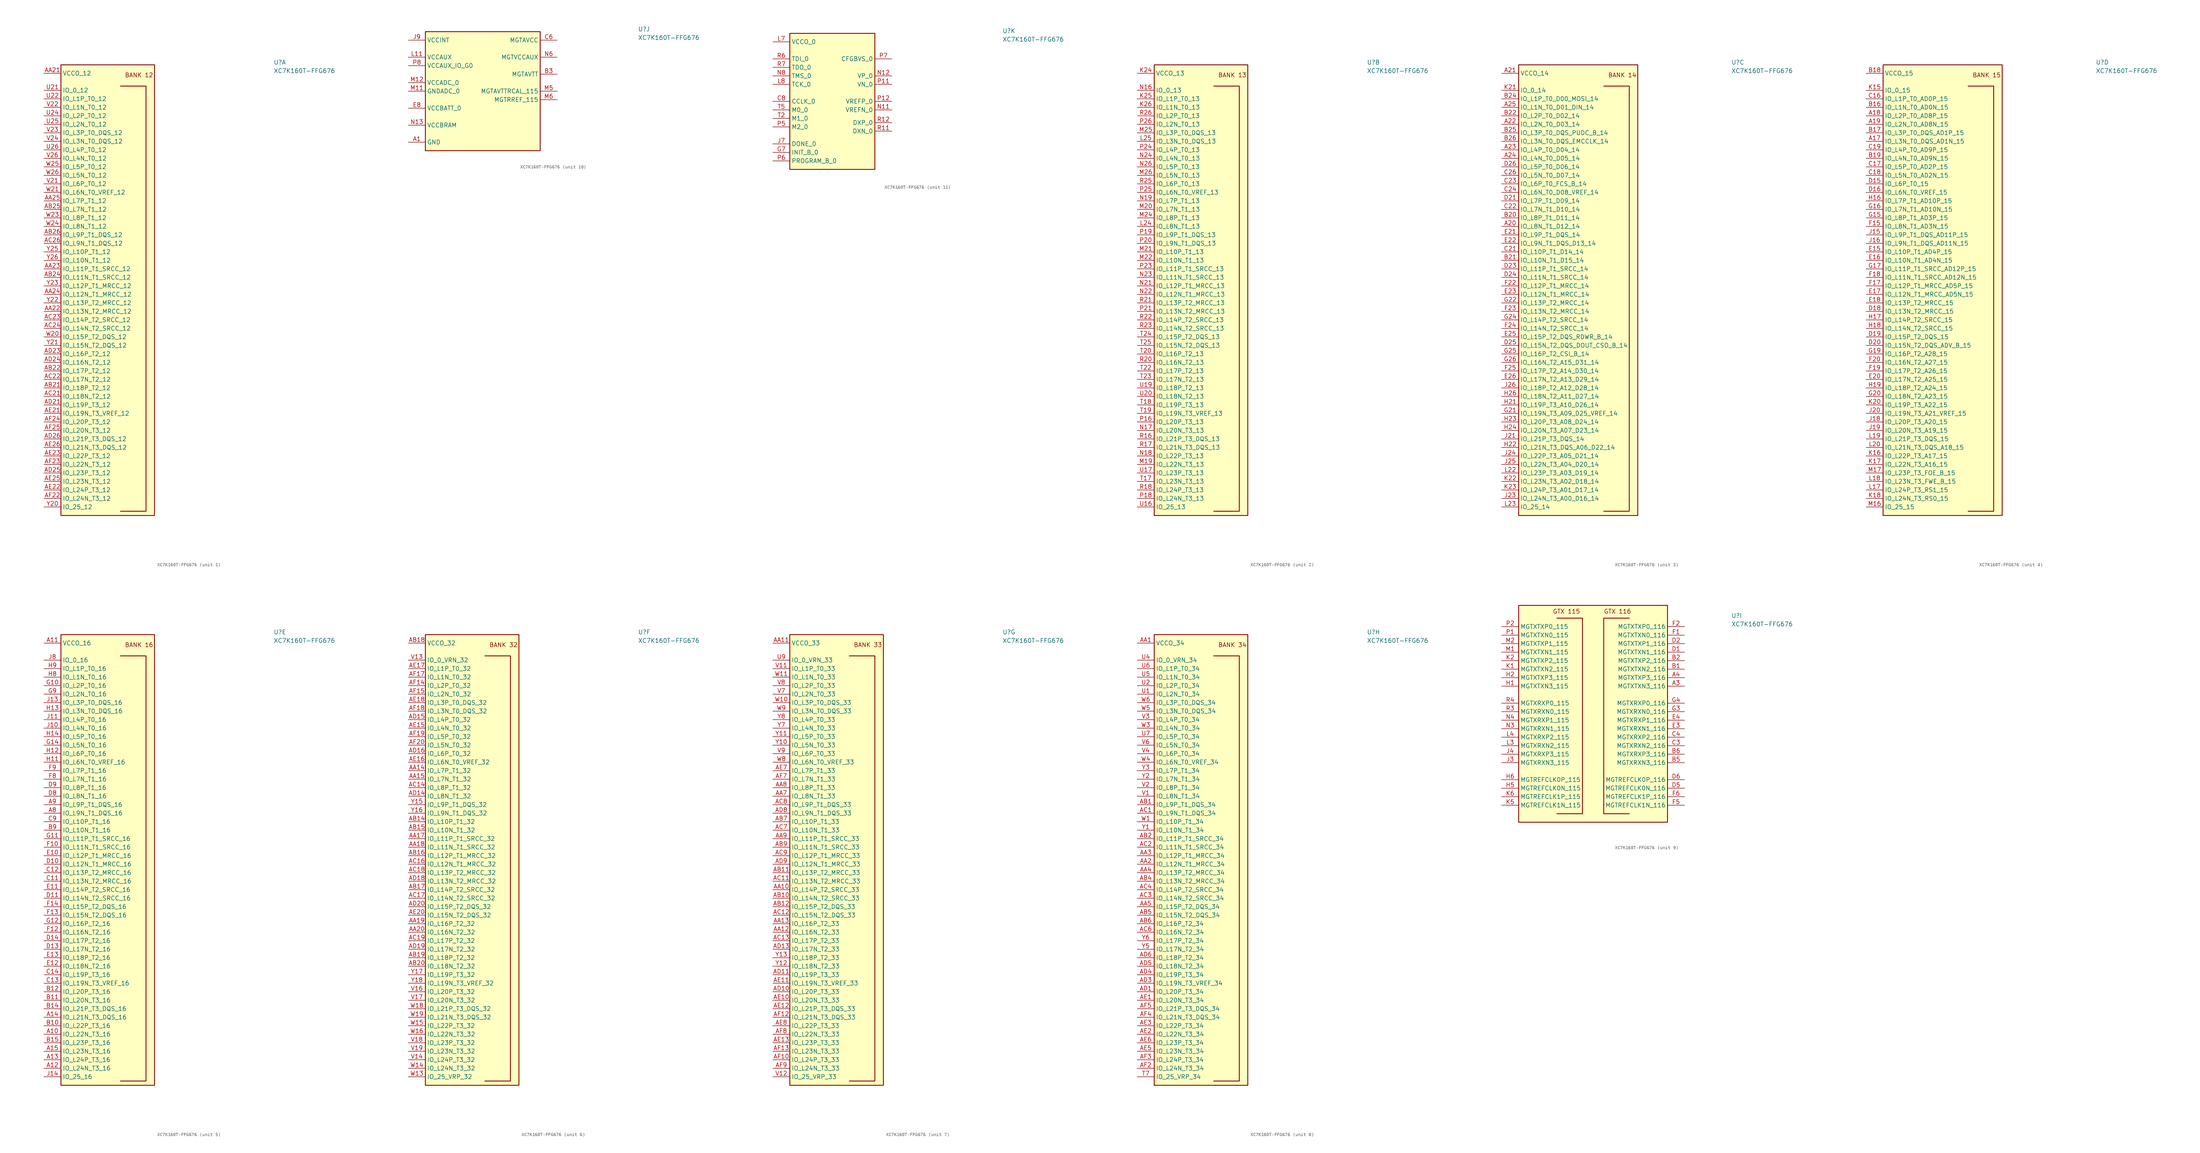
<source format=kicad_sym>
(kicad_symbol_lib
  (version 20220914)
  (generator kicad_symbol_editor)
  (symbol "XC7K160T-FFG676"
    (property "Reference" "U"
      (at 68.58 2.54 0)
      (effects (font (size 1.27 1.27) (thickness 0.15)) (justify left bottom)))
    (property "Value" "XC7K160T-FFG676"
      (at 68.58 0 0)
      (effects (font (size 1.27 1.27) (thickness 0.15)) (justify left bottom)))
    (property "ki_locked" ""
      (at 0 0 0)
      (effects (font (size 1.27 1.27))))
    (symbol "XC7K160T-FFG676_1_1"
      (polyline (pts (xy 22.86 -3.81) (xy 30.48 -3.81) (xy 30.48 -130.81) (xy 22.86 -130.81)) (stroke (width 0.254) (type default)) (fill (type background)))
      (rectangle (start 5.08 2.54) (end 33.02 -132.08) (stroke (width 0.254) (type default)) (fill (type background)))
      (text "BANK 12" (at 24.13 -1.27 0) (effects (font (size 1.27 1.27) (thickness 0.15)) (justify left bottom)))
      (pin power_in line (at 0 0 0) (length 5.08) (name "VCCO_12" (effects (font (size 1.27 1.27)))) (number "AA21" (effects (font (size 1.27 1.27)))))
      (pin bidirectional line (at 0 -71.12 0) (length 5.08) (name "IO_L13N_T2_MRCC_12" (effects (font (size 1.27 1.27)))) (number "AA22" (effects (font (size 1.27 1.27)))))
      (pin bidirectional line (at 0 -58.42 0) (length 5.08) (name "IO_L11P_T1_SRCC_12" (effects (font (size 1.27 1.27)))) (number "AA23" (effects (font (size 1.27 1.27)))))
      (pin bidirectional line (at 0 -66.04 0) (length 5.08) (name "IO_L12N_T1_MRCC_12" (effects (font (size 1.27 1.27)))) (number "AA24" (effects (font (size 1.27 1.27)))))
      (pin bidirectional line (at 0 -38.1 0) (length 5.08) (name "IO_L7P_T1_12" (effects (font (size 1.27 1.27)))) (number "AA25" (effects (font (size 1.27 1.27)))))
      (pin bidirectional line (at 0 -93.98 0) (length 5.08) (name "IO_L18P_T2_12" (effects (font (size 1.27 1.27)))) (number "AB21" (effects (font (size 1.27 1.27)))))
      (pin bidirectional line (at 0 -88.9 0) (length 5.08) (name "IO_L17P_T2_12" (effects (font (size 1.27 1.27)))) (number "AB22" (effects (font (size 1.27 1.27)))))
      (pin bidirectional line (at 0 -60.96 0) (length 5.08) (name "IO_L11N_T1_SRCC_12" (effects (font (size 1.27 1.27)))) (number "AB24" (effects (font (size 1.27 1.27)))))
      (pin bidirectional line (at 0 -40.64 0) (length 5.08) (name "IO_L7N_T1_12" (effects (font (size 1.27 1.27)))) (number "AB25" (effects (font (size 1.27 1.27)))))
      (pin bidirectional line (at 0 -48.26 0) (length 5.08) (name "IO_L9P_T1_DQS_12" (effects (font (size 1.27 1.27)))) (number "AB26" (effects (font (size 1.27 1.27)))))
      (pin bidirectional line (at 0 -96.52 0) (length 5.08) (name "IO_L18N_T2_12" (effects (font (size 1.27 1.27)))) (number "AC21" (effects (font (size 1.27 1.27)))))
      (pin bidirectional line (at 0 -91.44 0) (length 5.08) (name "IO_L17N_T2_12" (effects (font (size 1.27 1.27)))) (number "AC22" (effects (font (size 1.27 1.27)))))
      (pin bidirectional line (at 0 -73.66 0) (length 5.08) (name "IO_L14P_T2_SRCC_12" (effects (font (size 1.27 1.27)))) (number "AC23" (effects (font (size 1.27 1.27)))))
      (pin bidirectional line (at 0 -76.2 0) (length 5.08) (name "IO_L14N_T2_SRCC_12" (effects (font (size 1.27 1.27)))) (number "AC24" (effects (font (size 1.27 1.27)))))
      (pin passive line (at 0 0 0) (length 5.08) hide (name "VCCO_12" (effects (font (size 1.27 1.27)))) (number "AC25" (effects (font (size 1.27 1.27)))))
      (pin bidirectional line (at 0 -50.8 0) (length 5.08) (name "IO_L9N_T1_DQS_12" (effects (font (size 1.27 1.27)))) (number "AC26" (effects (font (size 1.27 1.27)))))
      (pin bidirectional line (at 0 -99.06 0) (length 5.08) (name "IO_L19P_T3_12" (effects (font (size 1.27 1.27)))) (number "AD21" (effects (font (size 1.27 1.27)))))
      (pin passive line (at 0 0 0) (length 5.08) hide (name "VCCO_12" (effects (font (size 1.27 1.27)))) (number "AD22" (effects (font (size 1.27 1.27)))))
      (pin bidirectional line (at 0 -83.82 0) (length 5.08) (name "IO_L16P_T2_12" (effects (font (size 1.27 1.27)))) (number "AD23" (effects (font (size 1.27 1.27)))))
      (pin bidirectional line (at 0 -86.36 0) (length 5.08) (name "IO_L16N_T2_12" (effects (font (size 1.27 1.27)))) (number "AD24" (effects (font (size 1.27 1.27)))))
      (pin bidirectional line (at 0 -119.38 0) (length 5.08) (name "IO_L23P_T3_12" (effects (font (size 1.27 1.27)))) (number "AD25" (effects (font (size 1.27 1.27)))))
      (pin bidirectional line (at 0 -109.22 0) (length 5.08) (name "IO_L21P_T3_DQS_12" (effects (font (size 1.27 1.27)))) (number "AD26" (effects (font (size 1.27 1.27)))))
      (pin bidirectional line (at 0 -101.6 0) (length 5.08) (name "IO_L19N_T3_VREF_12" (effects (font (size 1.27 1.27)))) (number "AE21" (effects (font (size 1.27 1.27)))))
      (pin bidirectional line (at 0 -124.46 0) (length 5.08) (name "IO_L24P_T3_12" (effects (font (size 1.27 1.27)))) (number "AE22" (effects (font (size 1.27 1.27)))))
      (pin bidirectional line (at 0 -114.3 0) (length 5.08) (name "IO_L22P_T3_12" (effects (font (size 1.27 1.27)))) (number "AE23" (effects (font (size 1.27 1.27)))))
      (pin bidirectional line (at 0 -121.92 0) (length 5.08) (name "IO_L23N_T3_12" (effects (font (size 1.27 1.27)))) (number "AE25" (effects (font (size 1.27 1.27)))))
      (pin bidirectional line (at 0 -111.76 0) (length 5.08) (name "IO_L21N_T3_DQS_12" (effects (font (size 1.27 1.27)))) (number "AE26" (effects (font (size 1.27 1.27)))))
      (pin bidirectional line (at 0 -127 0) (length 5.08) (name "IO_L24N_T3_12" (effects (font (size 1.27 1.27)))) (number "AF22" (effects (font (size 1.27 1.27)))))
      (pin bidirectional line (at 0 -116.84 0) (length 5.08) (name "IO_L22N_T3_12" (effects (font (size 1.27 1.27)))) (number "AF23" (effects (font (size 1.27 1.27)))))
      (pin bidirectional line (at 0 -104.14 0) (length 5.08) (name "IO_L20P_T3_12" (effects (font (size 1.27 1.27)))) (number "AF24" (effects (font (size 1.27 1.27)))))
      (pin bidirectional line (at 0 -106.68 0) (length 5.08) (name "IO_L20N_T3_12" (effects (font (size 1.27 1.27)))) (number "AF25" (effects (font (size 1.27 1.27)))))
      (pin passive line (at 0 0 0) (length 5.08) hide (name "VCCO_12" (effects (font (size 1.27 1.27)))) (number "AF26" (effects (font (size 1.27 1.27)))))
      (pin bidirectional line (at 0 -5.08 0) (length 5.08) (name "IO_0_12" (effects (font (size 1.27 1.27)))) (number "U21" (effects (font (size 1.27 1.27)))))
      (pin bidirectional line (at 0 -7.62 0) (length 5.08) (name "IO_L1P_T0_12" (effects (font (size 1.27 1.27)))) (number "U22" (effects (font (size 1.27 1.27)))))
      (pin passive line (at 0 0 0) (length 5.08) hide (name "VCCO_12" (effects (font (size 1.27 1.27)))) (number "U23" (effects (font (size 1.27 1.27)))))
      (pin bidirectional line (at 0 -12.7 0) (length 5.08) (name "IO_L2P_T0_12" (effects (font (size 1.27 1.27)))) (number "U24" (effects (font (size 1.27 1.27)))))
      (pin bidirectional line (at 0 -15.24 0) (length 5.08) (name "IO_L2N_T0_12" (effects (font (size 1.27 1.27)))) (number "U25" (effects (font (size 1.27 1.27)))))
      (pin bidirectional line (at 0 -22.86 0) (length 5.08) (name "IO_L4P_T0_12" (effects (font (size 1.27 1.27)))) (number "U26" (effects (font (size 1.27 1.27)))))
      (pin passive line (at 0 0 0) (length 5.08) hide (name "VCCO_12" (effects (font (size 1.27 1.27)))) (number "V20" (effects (font (size 1.27 1.27)))))
      (pin bidirectional line (at 0 -33.02 0) (length 5.08) (name "IO_L6P_T0_12" (effects (font (size 1.27 1.27)))) (number "V21" (effects (font (size 1.27 1.27)))))
      (pin bidirectional line (at 0 -10.16 0) (length 5.08) (name "IO_L1N_T0_12" (effects (font (size 1.27 1.27)))) (number "V22" (effects (font (size 1.27 1.27)))))
      (pin bidirectional line (at 0 -17.78 0) (length 5.08) (name "IO_L3P_T0_DQS_12" (effects (font (size 1.27 1.27)))) (number "V23" (effects (font (size 1.27 1.27)))))
      (pin bidirectional line (at 0 -20.32 0) (length 5.08) (name "IO_L3N_T0_DQS_12" (effects (font (size 1.27 1.27)))) (number "V24" (effects (font (size 1.27 1.27)))))
      (pin bidirectional line (at 0 -25.4 0) (length 5.08) (name "IO_L4N_T0_12" (effects (font (size 1.27 1.27)))) (number "V26" (effects (font (size 1.27 1.27)))))
      (pin bidirectional line (at 0 -78.74 0) (length 5.08) (name "IO_L15P_T2_DQS_12" (effects (font (size 1.27 1.27)))) (number "W20" (effects (font (size 1.27 1.27)))))
      (pin bidirectional line (at 0 -35.56 0) (length 5.08) (name "IO_L6N_T0_VREF_12" (effects (font (size 1.27 1.27)))) (number "W21" (effects (font (size 1.27 1.27)))))
      (pin bidirectional line (at 0 -43.18 0) (length 5.08) (name "IO_L8P_T1_12" (effects (font (size 1.27 1.27)))) (number "W23" (effects (font (size 1.27 1.27)))))
      (pin bidirectional line (at 0 -45.72 0) (length 5.08) (name "IO_L8N_T1_12" (effects (font (size 1.27 1.27)))) (number "W24" (effects (font (size 1.27 1.27)))))
      (pin bidirectional line (at 0 -27.94 0) (length 5.08) (name "IO_L5P_T0_12" (effects (font (size 1.27 1.27)))) (number "W25" (effects (font (size 1.27 1.27)))))
      (pin bidirectional line (at 0 -30.48 0) (length 5.08) (name "IO_L5N_T0_12" (effects (font (size 1.27 1.27)))) (number "W26" (effects (font (size 1.27 1.27)))))
      (pin bidirectional line (at 0 -129.54 0) (length 5.08) (name "IO_25_12" (effects (font (size 1.27 1.27)))) (number "Y20" (effects (font (size 1.27 1.27)))))
      (pin bidirectional line (at 0 -81.28 0) (length 5.08) (name "IO_L15N_T2_DQS_12" (effects (font (size 1.27 1.27)))) (number "Y21" (effects (font (size 1.27 1.27)))))
      (pin bidirectional line (at 0 -68.58 0) (length 5.08) (name "IO_L13P_T2_MRCC_12" (effects (font (size 1.27 1.27)))) (number "Y22" (effects (font (size 1.27 1.27)))))
      (pin bidirectional line (at 0 -63.5 0) (length 5.08) (name "IO_L12P_T1_MRCC_12" (effects (font (size 1.27 1.27)))) (number "Y23" (effects (font (size 1.27 1.27)))))
      (pin passive line (at 0 0 0) (length 5.08) hide (name "VCCO_12" (effects (font (size 1.27 1.27)))) (number "Y24" (effects (font (size 1.27 1.27)))))
      (pin bidirectional line (at 0 -53.34 0) (length 5.08) (name "IO_L10P_T1_12" (effects (font (size 1.27 1.27)))) (number "Y25" (effects (font (size 1.27 1.27)))))
      (pin bidirectional line (at 0 -55.88 0) (length 5.08) (name "IO_L10N_T1_12" (effects (font (size 1.27 1.27)))) (number "Y26" (effects (font (size 1.27 1.27))))))
    (symbol "XC7K160T-FFG676_2_1"
      (polyline (pts (xy 22.86 -3.81) (xy 30.48 -3.81) (xy 30.48 -130.81) (xy 22.86 -130.81)) (stroke (width 0.254) (type default)) (fill (type background)))
      (rectangle (start 5.08 -132.08) (end 33.02 2.54) (stroke (width 0.254) (type default)) (fill (type background)))
      (text "BANK 13" (at 24.13 -1.27 0) (effects (font (size 1.27 1.27) (thickness 0.15)) (justify left bottom)))
      (pin power_in line (at 0 0 0) (length 5.08) (name "VCCO_13" (effects (font (size 1.27 1.27)))) (number "K24" (effects (font (size 1.27 1.27)))))
      (pin bidirectional line (at 0 -7.62 0) (length 5.08) (name "IO_L1P_T0_13" (effects (font (size 1.27 1.27)))) (number "K25" (effects (font (size 1.27 1.27)))))
      (pin bidirectional line (at 0 -10.16 0) (length 5.08) (name "IO_L1N_T0_13" (effects (font (size 1.27 1.27)))) (number "K26" (effects (font (size 1.27 1.27)))))
      (pin bidirectional line (at 0 -45.72 0) (length 5.08) (name "IO_L8N_T1_13" (effects (font (size 1.27 1.27)))) (number "L24" (effects (font (size 1.27 1.27)))))
      (pin bidirectional line (at 0 -20.32 0) (length 5.08) (name "IO_L3N_T0_DQS_13" (effects (font (size 1.27 1.27)))) (number "L25" (effects (font (size 1.27 1.27)))))
      (pin bidirectional line (at 0 -116.84 0) (length 5.08) (name "IO_L22N_T3_13" (effects (font (size 1.27 1.27)))) (number "M19" (effects (font (size 1.27 1.27)))))
      (pin bidirectional line (at 0 -40.64 0) (length 5.08) (name "IO_L7N_T1_13" (effects (font (size 1.27 1.27)))) (number "M20" (effects (font (size 1.27 1.27)))))
      (pin bidirectional line (at 0 -53.34 0) (length 5.08) (name "IO_L10P_T1_13" (effects (font (size 1.27 1.27)))) (number "M21" (effects (font (size 1.27 1.27)))))
      (pin bidirectional line (at 0 -55.88 0) (length 5.08) (name "IO_L10N_T1_13" (effects (font (size 1.27 1.27)))) (number "M22" (effects (font (size 1.27 1.27)))))
      (pin bidirectional line (at 0 -43.18 0) (length 5.08) (name "IO_L8P_T1_13" (effects (font (size 1.27 1.27)))) (number "M24" (effects (font (size 1.27 1.27)))))
      (pin bidirectional line (at 0 -17.78 0) (length 5.08) (name "IO_L3P_T0_DQS_13" (effects (font (size 1.27 1.27)))) (number "M25" (effects (font (size 1.27 1.27)))))
      (pin bidirectional line (at 0 -30.48 0) (length 5.08) (name "IO_L5N_T0_13" (effects (font (size 1.27 1.27)))) (number "M26" (effects (font (size 1.27 1.27)))))
      (pin bidirectional line (at 0 -5.08 0) (length 5.08) (name "IO_0_13" (effects (font (size 1.27 1.27)))) (number "N16" (effects (font (size 1.27 1.27)))))
      (pin bidirectional line (at 0 -106.68 0) (length 5.08) (name "IO_L20N_T3_13" (effects (font (size 1.27 1.27)))) (number "N17" (effects (font (size 1.27 1.27)))))
      (pin bidirectional line (at 0 -114.3 0) (length 5.08) (name "IO_L22P_T3_13" (effects (font (size 1.27 1.27)))) (number "N18" (effects (font (size 1.27 1.27)))))
      (pin bidirectional line (at 0 -38.1 0) (length 5.08) (name "IO_L7P_T1_13" (effects (font (size 1.27 1.27)))) (number "N19" (effects (font (size 1.27 1.27)))))
      (pin bidirectional line (at 0 -63.5 0) (length 5.08) (name "IO_L12P_T1_MRCC_13" (effects (font (size 1.27 1.27)))) (number "N21" (effects (font (size 1.27 1.27)))))
      (pin bidirectional line (at 0 -66.04 0) (length 5.08) (name "IO_L12N_T1_MRCC_13" (effects (font (size 1.27 1.27)))) (number "N22" (effects (font (size 1.27 1.27)))))
      (pin bidirectional line (at 0 -60.96 0) (length 5.08) (name "IO_L11N_T1_SRCC_13" (effects (font (size 1.27 1.27)))) (number "N23" (effects (font (size 1.27 1.27)))))
      (pin bidirectional line (at 0 -25.4 0) (length 5.08) (name "IO_L4N_T0_13" (effects (font (size 1.27 1.27)))) (number "N24" (effects (font (size 1.27 1.27)))))
      (pin passive line (at 0 0 0) (length 5.08) hide (name "VCCO_13" (effects (font (size 1.27 1.27)))) (number "N25" (effects (font (size 1.27 1.27)))))
      (pin bidirectional line (at 0 -27.94 0) (length 5.08) (name "IO_L5P_T0_13" (effects (font (size 1.27 1.27)))) (number "N26" (effects (font (size 1.27 1.27)))))
      (pin bidirectional line (at 0 -104.14 0) (length 5.08) (name "IO_L20P_T3_13" (effects (font (size 1.27 1.27)))) (number "P16" (effects (font (size 1.27 1.27)))))
      (pin bidirectional line (at 0 -127 0) (length 5.08) (name "IO_L24N_T3_13" (effects (font (size 1.27 1.27)))) (number "P18" (effects (font (size 1.27 1.27)))))
      (pin bidirectional line (at 0 -48.26 0) (length 5.08) (name "IO_L9P_T1_DQS_13" (effects (font (size 1.27 1.27)))) (number "P19" (effects (font (size 1.27 1.27)))))
      (pin bidirectional line (at 0 -50.8 0) (length 5.08) (name "IO_L9N_T1_DQS_13" (effects (font (size 1.27 1.27)))) (number "P20" (effects (font (size 1.27 1.27)))))
      (pin bidirectional line (at 0 -71.12 0) (length 5.08) (name "IO_L13N_T2_MRCC_13" (effects (font (size 1.27 1.27)))) (number "P21" (effects (font (size 1.27 1.27)))))
      (pin passive line (at 0 0 0) (length 5.08) hide (name "VCCO_13" (effects (font (size 1.27 1.27)))) (number "P22" (effects (font (size 1.27 1.27)))))
      (pin bidirectional line (at 0 -58.42 0) (length 5.08) (name "IO_L11P_T1_SRCC_13" (effects (font (size 1.27 1.27)))) (number "P23" (effects (font (size 1.27 1.27)))))
      (pin bidirectional line (at 0 -22.86 0) (length 5.08) (name "IO_L4P_T0_13" (effects (font (size 1.27 1.27)))) (number "P24" (effects (font (size 1.27 1.27)))))
      (pin bidirectional line (at 0 -35.56 0) (length 5.08) (name "IO_L6N_T0_VREF_13" (effects (font (size 1.27 1.27)))) (number "P25" (effects (font (size 1.27 1.27)))))
      (pin bidirectional line (at 0 -15.24 0) (length 5.08) (name "IO_L2N_T0_13" (effects (font (size 1.27 1.27)))) (number "P26" (effects (font (size 1.27 1.27)))))
      (pin bidirectional line (at 0 -109.22 0) (length 5.08) (name "IO_L21P_T3_DQS_13" (effects (font (size 1.27 1.27)))) (number "R16" (effects (font (size 1.27 1.27)))))
      (pin bidirectional line (at 0 -111.76 0) (length 5.08) (name "IO_L21N_T3_DQS_13" (effects (font (size 1.27 1.27)))) (number "R17" (effects (font (size 1.27 1.27)))))
      (pin bidirectional line (at 0 -124.46 0) (length 5.08) (name "IO_L24P_T3_13" (effects (font (size 1.27 1.27)))) (number "R18" (effects (font (size 1.27 1.27)))))
      (pin passive line (at 0 0 0) (length 5.08) hide (name "VCCO_13" (effects (font (size 1.27 1.27)))) (number "R19" (effects (font (size 1.27 1.27)))))
      (pin bidirectional line (at 0 -86.36 0) (length 5.08) (name "IO_L16N_T2_13" (effects (font (size 1.27 1.27)))) (number "R20" (effects (font (size 1.27 1.27)))))
      (pin bidirectional line (at 0 -68.58 0) (length 5.08) (name "IO_L13P_T2_MRCC_13" (effects (font (size 1.27 1.27)))) (number "R21" (effects (font (size 1.27 1.27)))))
      (pin bidirectional line (at 0 -73.66 0) (length 5.08) (name "IO_L14P_T2_SRCC_13" (effects (font (size 1.27 1.27)))) (number "R22" (effects (font (size 1.27 1.27)))))
      (pin bidirectional line (at 0 -76.2 0) (length 5.08) (name "IO_L14N_T2_SRCC_13" (effects (font (size 1.27 1.27)))) (number "R23" (effects (font (size 1.27 1.27)))))
      (pin bidirectional line (at 0 -33.02 0) (length 5.08) (name "IO_L6P_T0_13" (effects (font (size 1.27 1.27)))) (number "R25" (effects (font (size 1.27 1.27)))))
      (pin bidirectional line (at 0 -12.7 0) (length 5.08) (name "IO_L2P_T0_13" (effects (font (size 1.27 1.27)))) (number "R26" (effects (font (size 1.27 1.27)))))
      (pin passive line (at 0 0 0) (length 5.08) hide (name "VCCO_13" (effects (font (size 1.27 1.27)))) (number "T16" (effects (font (size 1.27 1.27)))))
      (pin bidirectional line (at 0 -121.92 0) (length 5.08) (name "IO_L23N_T3_13" (effects (font (size 1.27 1.27)))) (number "T17" (effects (font (size 1.27 1.27)))))
      (pin bidirectional line (at 0 -99.06 0) (length 5.08) (name "IO_L19P_T3_13" (effects (font (size 1.27 1.27)))) (number "T18" (effects (font (size 1.27 1.27)))))
      (pin bidirectional line (at 0 -101.6 0) (length 5.08) (name "IO_L19N_T3_VREF_13" (effects (font (size 1.27 1.27)))) (number "T19" (effects (font (size 1.27 1.27)))))
      (pin bidirectional line (at 0 -83.82 0) (length 5.08) (name "IO_L16P_T2_13" (effects (font (size 1.27 1.27)))) (number "T20" (effects (font (size 1.27 1.27)))))
      (pin bidirectional line (at 0 -88.9 0) (length 5.08) (name "IO_L17P_T2_13" (effects (font (size 1.27 1.27)))) (number "T22" (effects (font (size 1.27 1.27)))))
      (pin bidirectional line (at 0 -91.44 0) (length 5.08) (name "IO_L17N_T2_13" (effects (font (size 1.27 1.27)))) (number "T23" (effects (font (size 1.27 1.27)))))
      (pin bidirectional line (at 0 -78.74 0) (length 5.08) (name "IO_L15P_T2_DQS_13" (effects (font (size 1.27 1.27)))) (number "T24" (effects (font (size 1.27 1.27)))))
      (pin bidirectional line (at 0 -81.28 0) (length 5.08) (name "IO_L15N_T2_DQS_13" (effects (font (size 1.27 1.27)))) (number "T25" (effects (font (size 1.27 1.27)))))
      (pin passive line (at 0 0 0) (length 5.08) hide (name "VCCO_13" (effects (font (size 1.27 1.27)))) (number "T26" (effects (font (size 1.27 1.27)))))
      (pin bidirectional line (at 0 -129.54 0) (length 5.08) (name "IO_25_13" (effects (font (size 1.27 1.27)))) (number "U16" (effects (font (size 1.27 1.27)))))
      (pin bidirectional line (at 0 -119.38 0) (length 5.08) (name "IO_L23P_T3_13" (effects (font (size 1.27 1.27)))) (number "U17" (effects (font (size 1.27 1.27)))))
      (pin bidirectional line (at 0 -93.98 0) (length 5.08) (name "IO_L18P_T2_13" (effects (font (size 1.27 1.27)))) (number "U19" (effects (font (size 1.27 1.27)))))
      (pin bidirectional line (at 0 -96.52 0) (length 5.08) (name "IO_L18N_T2_13" (effects (font (size 1.27 1.27)))) (number "U20" (effects (font (size 1.27 1.27))))))
    (symbol "XC7K160T-FFG676_3_1"
      (polyline (pts (xy 30.48 -3.81) (xy 38.1 -3.81) (xy 38.1 -130.81) (xy 30.48 -130.81)) (stroke (width 0.254) (type default)) (fill (type background)))
      (rectangle (start 5.08 2.54) (end 40.64 -132.08) (stroke (width 0.254) (type default)) (fill (type background)))
      (text "BANK 14" (at 31.75 -1.27 0) (effects (font (size 1.27 1.27) (thickness 0.15)) (justify left bottom)))
      (pin bidirectional line (at 0 -45.72 0) (length 5.08) (name "IO_L8N_T1_D12_14" (effects (font (size 1.27 1.27)))) (number "A20" (effects (font (size 1.27 1.27)))))
      (pin power_in line (at 0 0 0) (length 5.08) (name "VCCO_14" (effects (font (size 1.27 1.27)))) (number "A21" (effects (font (size 1.27 1.27)))))
      (pin bidirectional line (at 0 -15.24 0) (length 5.08) (name "IO_L2N_T0_D03_14" (effects (font (size 1.27 1.27)))) (number "A22" (effects (font (size 1.27 1.27)))))
      (pin bidirectional line (at 0 -22.86 0) (length 5.08) (name "IO_L4P_T0_D04_14" (effects (font (size 1.27 1.27)))) (number "A23" (effects (font (size 1.27 1.27)))))
      (pin bidirectional line (at 0 -25.4 0) (length 5.08) (name "IO_L4N_T0_D05_14" (effects (font (size 1.27 1.27)))) (number "A24" (effects (font (size 1.27 1.27)))))
      (pin bidirectional line (at 0 -10.16 0) (length 5.08) (name "IO_L1N_T0_D01_DIN_14" (effects (font (size 1.27 1.27)))) (number "A25" (effects (font (size 1.27 1.27)))))
      (pin bidirectional line (at 0 -43.18 0) (length 5.08) (name "IO_L8P_T1_D11_14" (effects (font (size 1.27 1.27)))) (number "B20" (effects (font (size 1.27 1.27)))))
      (pin bidirectional line (at 0 -55.88 0) (length 5.08) (name "IO_L10N_T1_D15_14" (effects (font (size 1.27 1.27)))) (number "B21" (effects (font (size 1.27 1.27)))))
      (pin bidirectional line (at 0 -12.7 0) (length 5.08) (name "IO_L2P_T0_D02_14" (effects (font (size 1.27 1.27)))) (number "B22" (effects (font (size 1.27 1.27)))))
      (pin bidirectional line (at 0 -7.62 0) (length 5.08) (name "IO_L1P_T0_D00_MOSI_14" (effects (font (size 1.27 1.27)))) (number "B24" (effects (font (size 1.27 1.27)))))
      (pin bidirectional line (at 0 -17.78 0) (length 5.08) (name "IO_L3P_T0_DQS_PUDC_B_14" (effects (font (size 1.27 1.27)))) (number "B25" (effects (font (size 1.27 1.27)))))
      (pin bidirectional line (at 0 -20.32 0) (length 5.08) (name "IO_L3N_T0_DQS_EMCCLK_14" (effects (font (size 1.27 1.27)))) (number "B26" (effects (font (size 1.27 1.27)))))
      (pin bidirectional line (at 0 -53.34 0) (length 5.08) (name "IO_L10P_T1_D14_14" (effects (font (size 1.27 1.27)))) (number "C21" (effects (font (size 1.27 1.27)))))
      (pin bidirectional line (at 0 -40.64 0) (length 5.08) (name "IO_L7N_T1_D10_14" (effects (font (size 1.27 1.27)))) (number "C22" (effects (font (size 1.27 1.27)))))
      (pin bidirectional line (at 0 -33.02 0) (length 5.08) (name "IO_L6P_T0_FCS_B_14" (effects (font (size 1.27 1.27)))) (number "C23" (effects (font (size 1.27 1.27)))))
      (pin bidirectional line (at 0 -35.56 0) (length 5.08) (name "IO_L6N_T0_D08_VREF_14" (effects (font (size 1.27 1.27)))) (number "C24" (effects (font (size 1.27 1.27)))))
      (pin passive line (at 0 0 0) (length 5.08) hide (name "VCCO_14" (effects (font (size 1.27 1.27)))) (number "C25" (effects (font (size 1.27 1.27)))))
      (pin bidirectional line (at 0 -30.48 0) (length 5.08) (name "IO_L5N_T0_D07_14" (effects (font (size 1.27 1.27)))) (number "C26" (effects (font (size 1.27 1.27)))))
      (pin bidirectional line (at 0 -38.1 0) (length 5.08) (name "IO_L7P_T1_D09_14" (effects (font (size 1.27 1.27)))) (number "D21" (effects (font (size 1.27 1.27)))))
      (pin passive line (at 0 0 0) (length 5.08) hide (name "VCCO_14" (effects (font (size 1.27 1.27)))) (number "D22" (effects (font (size 1.27 1.27)))))
      (pin bidirectional line (at 0 -58.42 0) (length 5.08) (name "IO_L11P_T1_SRCC_14" (effects (font (size 1.27 1.27)))) (number "D23" (effects (font (size 1.27 1.27)))))
      (pin bidirectional line (at 0 -60.96 0) (length 5.08) (name "IO_L11N_T1_SRCC_14" (effects (font (size 1.27 1.27)))) (number "D24" (effects (font (size 1.27 1.27)))))
      (pin bidirectional line (at 0 -81.28 0) (length 5.08) (name "IO_L15N_T2_DQS_DOUT_CSO_B_14" (effects (font (size 1.27 1.27)))) (number "D25" (effects (font (size 1.27 1.27)))))
      (pin bidirectional line (at 0 -27.94 0) (length 5.08) (name "IO_L5P_T0_D06_14" (effects (font (size 1.27 1.27)))) (number "D26" (effects (font (size 1.27 1.27)))))
      (pin bidirectional line (at 0 -48.26 0) (length 5.08) (name "IO_L9P_T1_DQS_14" (effects (font (size 1.27 1.27)))) (number "E21" (effects (font (size 1.27 1.27)))))
      (pin bidirectional line (at 0 -50.8 0) (length 5.08) (name "IO_L9N_T1_DQS_D13_14" (effects (font (size 1.27 1.27)))) (number "E22" (effects (font (size 1.27 1.27)))))
      (pin bidirectional line (at 0 -66.04 0) (length 5.08) (name "IO_L12N_T1_MRCC_14" (effects (font (size 1.27 1.27)))) (number "E23" (effects (font (size 1.27 1.27)))))
      (pin bidirectional line (at 0 -78.74 0) (length 5.08) (name "IO_L15P_T2_DQS_RDWR_B_14" (effects (font (size 1.27 1.27)))) (number "E25" (effects (font (size 1.27 1.27)))))
      (pin bidirectional line (at 0 -91.44 0) (length 5.08) (name "IO_L17N_T2_A13_D29_14" (effects (font (size 1.27 1.27)))) (number "E26" (effects (font (size 1.27 1.27)))))
      (pin bidirectional line (at 0 -63.5 0) (length 5.08) (name "IO_L12P_T1_MRCC_14" (effects (font (size 1.27 1.27)))) (number "F22" (effects (font (size 1.27 1.27)))))
      (pin bidirectional line (at 0 -71.12 0) (length 5.08) (name "IO_L13N_T2_MRCC_14" (effects (font (size 1.27 1.27)))) (number "F23" (effects (font (size 1.27 1.27)))))
      (pin bidirectional line (at 0 -76.2 0) (length 5.08) (name "IO_L14N_T2_SRCC_14" (effects (font (size 1.27 1.27)))) (number "F24" (effects (font (size 1.27 1.27)))))
      (pin bidirectional line (at 0 -88.9 0) (length 5.08) (name "IO_L17P_T2_A14_D30_14" (effects (font (size 1.27 1.27)))) (number "F25" (effects (font (size 1.27 1.27)))))
      (pin passive line (at 0 0 0) (length 5.08) hide (name "VCCO_14" (effects (font (size 1.27 1.27)))) (number "F26" (effects (font (size 1.27 1.27)))))
      (pin bidirectional line (at 0 -101.6 0) (length 5.08) (name "IO_L19N_T3_A09_D25_VREF_14" (effects (font (size 1.27 1.27)))) (number "G21" (effects (font (size 1.27 1.27)))))
      (pin bidirectional line (at 0 -68.58 0) (length 5.08) (name "IO_L13P_T2_MRCC_14" (effects (font (size 1.27 1.27)))) (number "G22" (effects (font (size 1.27 1.27)))))
      (pin passive line (at 0 0 0) (length 5.08) hide (name "VCCO_14" (effects (font (size 1.27 1.27)))) (number "G23" (effects (font (size 1.27 1.27)))))
      (pin bidirectional line (at 0 -73.66 0) (length 5.08) (name "IO_L14P_T2_SRCC_14" (effects (font (size 1.27 1.27)))) (number "G24" (effects (font (size 1.27 1.27)))))
      (pin bidirectional line (at 0 -83.82 0) (length 5.08) (name "IO_L16P_T2_CSI_B_14" (effects (font (size 1.27 1.27)))) (number "G25" (effects (font (size 1.27 1.27)))))
      (pin bidirectional line (at 0 -86.36 0) (length 5.08) (name "IO_L16N_T2_A15_D31_14" (effects (font (size 1.27 1.27)))) (number "G26" (effects (font (size 1.27 1.27)))))
      (pin bidirectional line (at 0 -99.06 0) (length 5.08) (name "IO_L19P_T3_A10_D26_14" (effects (font (size 1.27 1.27)))) (number "H21" (effects (font (size 1.27 1.27)))))
      (pin bidirectional line (at 0 -111.76 0) (length 5.08) (name "IO_L21N_T3_DQS_A06_D22_14" (effects (font (size 1.27 1.27)))) (number "H22" (effects (font (size 1.27 1.27)))))
      (pin bidirectional line (at 0 -104.14 0) (length 5.08) (name "IO_L20P_T3_A08_D24_14" (effects (font (size 1.27 1.27)))) (number "H23" (effects (font (size 1.27 1.27)))))
      (pin bidirectional line (at 0 -106.68 0) (length 5.08) (name "IO_L20N_T3_A07_D23_14" (effects (font (size 1.27 1.27)))) (number "H24" (effects (font (size 1.27 1.27)))))
      (pin bidirectional line (at 0 -96.52 0) (length 5.08) (name "IO_L18N_T2_A11_D27_14" (effects (font (size 1.27 1.27)))) (number "H26" (effects (font (size 1.27 1.27)))))
      (pin bidirectional line (at 0 -109.22 0) (length 5.08) (name "IO_L21P_T3_DQS_14" (effects (font (size 1.27 1.27)))) (number "J21" (effects (font (size 1.27 1.27)))))
      (pin bidirectional line (at 0 -127 0) (length 5.08) (name "IO_L24N_T3_A00_D16_14" (effects (font (size 1.27 1.27)))) (number "J23" (effects (font (size 1.27 1.27)))))
      (pin bidirectional line (at 0 -114.3 0) (length 5.08) (name "IO_L22P_T3_A05_D21_14" (effects (font (size 1.27 1.27)))) (number "J24" (effects (font (size 1.27 1.27)))))
      (pin bidirectional line (at 0 -116.84 0) (length 5.08) (name "IO_L22N_T3_A04_D20_14" (effects (font (size 1.27 1.27)))) (number "J25" (effects (font (size 1.27 1.27)))))
      (pin bidirectional line (at 0 -93.98 0) (length 5.08) (name "IO_L18P_T2_A12_D28_14" (effects (font (size 1.27 1.27)))) (number "J26" (effects (font (size 1.27 1.27)))))
      (pin bidirectional line (at 0 -5.08 0) (length 5.08) (name "IO_0_14" (effects (font (size 1.27 1.27)))) (number "K21" (effects (font (size 1.27 1.27)))))
      (pin bidirectional line (at 0 -121.92 0) (length 5.08) (name "IO_L23N_T3_A02_D18_14" (effects (font (size 1.27 1.27)))) (number "K22" (effects (font (size 1.27 1.27)))))
      (pin bidirectional line (at 0 -124.46 0) (length 5.08) (name "IO_L24P_T3_A01_D17_14" (effects (font (size 1.27 1.27)))) (number "K23" (effects (font (size 1.27 1.27)))))
      (pin passive line (at 0 0 0) (length 5.08) hide (name "VCCO_14" (effects (font (size 1.27 1.27)))) (number "L21" (effects (font (size 1.27 1.27)))))
      (pin bidirectional line (at 0 -119.38 0) (length 5.08) (name "IO_L23P_T3_A03_D19_14" (effects (font (size 1.27 1.27)))) (number "L22" (effects (font (size 1.27 1.27)))))
      (pin bidirectional line (at 0 -129.54 0) (length 5.08) (name "IO_25_14" (effects (font (size 1.27 1.27)))) (number "L23" (effects (font (size 1.27 1.27))))))
    (symbol "XC7K160T-FFG676_4_1"
      (polyline (pts (xy 30.48 -3.81) (xy 38.1 -3.81) (xy 38.1 -130.81) (xy 30.48 -130.81)) (stroke (width 0.254) (type default)) (fill (type background)))
      (rectangle (start 5.08 2.54) (end 40.64 -132.08) (stroke (width 0.254) (type default)) (fill (type background)))
      (text "BANK 15" (at 31.75 -1.27 0) (effects (font (size 1.27 1.27) (thickness 0.15)) (justify left bottom)))
      (pin bidirectional line (at 0 -20.32 0) (length 5.08) (name "IO_L3N_T0_DQS_AD1N_15" (effects (font (size 1.27 1.27)))) (number "A17" (effects (font (size 1.27 1.27)))))
      (pin bidirectional line (at 0 -12.7 0) (length 5.08) (name "IO_L2P_T0_AD8P_15" (effects (font (size 1.27 1.27)))) (number "A18" (effects (font (size 1.27 1.27)))))
      (pin bidirectional line (at 0 -15.24 0) (length 5.08) (name "IO_L2N_T0_AD8N_15" (effects (font (size 1.27 1.27)))) (number "A19" (effects (font (size 1.27 1.27)))))
      (pin bidirectional line (at 0 -10.16 0) (length 5.08) (name "IO_L1N_T0_AD0N_15" (effects (font (size 1.27 1.27)))) (number "B16" (effects (font (size 1.27 1.27)))))
      (pin bidirectional line (at 0 -17.78 0) (length 5.08) (name "IO_L3P_T0_DQS_AD1P_15" (effects (font (size 1.27 1.27)))) (number "B17" (effects (font (size 1.27 1.27)))))
      (pin power_in line (at 0 0 0) (length 5.08) (name "VCCO_15" (effects (font (size 1.27 1.27)))) (number "B18" (effects (font (size 1.27 1.27)))))
      (pin bidirectional line (at 0 -25.4 0) (length 5.08) (name "IO_L4N_T0_AD9N_15" (effects (font (size 1.27 1.27)))) (number "B19" (effects (font (size 1.27 1.27)))))
      (pin bidirectional line (at 0 -7.62 0) (length 5.08) (name "IO_L1P_T0_AD0P_15" (effects (font (size 1.27 1.27)))) (number "C16" (effects (font (size 1.27 1.27)))))
      (pin bidirectional line (at 0 -27.94 0) (length 5.08) (name "IO_L5P_T0_AD2P_15" (effects (font (size 1.27 1.27)))) (number "C17" (effects (font (size 1.27 1.27)))))
      (pin bidirectional line (at 0 -30.48 0) (length 5.08) (name "IO_L5N_T0_AD2N_15" (effects (font (size 1.27 1.27)))) (number "C18" (effects (font (size 1.27 1.27)))))
      (pin bidirectional line (at 0 -22.86 0) (length 5.08) (name "IO_L4P_T0_AD9P_15" (effects (font (size 1.27 1.27)))) (number "C19" (effects (font (size 1.27 1.27)))))
      (pin bidirectional line (at 0 -33.02 0) (length 5.08) (name "IO_L6P_T0_15" (effects (font (size 1.27 1.27)))) (number "D15" (effects (font (size 1.27 1.27)))))
      (pin bidirectional line (at 0 -35.56 0) (length 5.08) (name "IO_L6N_T0_VREF_15" (effects (font (size 1.27 1.27)))) (number "D16" (effects (font (size 1.27 1.27)))))
      (pin bidirectional line (at 0 -71.12 0) (length 5.08) (name "IO_L13N_T2_MRCC_15" (effects (font (size 1.27 1.27)))) (number "D18" (effects (font (size 1.27 1.27)))))
      (pin bidirectional line (at 0 -78.74 0) (length 5.08) (name "IO_L15P_T2_DQS_15" (effects (font (size 1.27 1.27)))) (number "D19" (effects (font (size 1.27 1.27)))))
      (pin bidirectional line (at 0 -81.28 0) (length 5.08) (name "IO_L15N_T2_DQS_ADV_B_15" (effects (font (size 1.27 1.27)))) (number "D20" (effects (font (size 1.27 1.27)))))
      (pin bidirectional line (at 0 -53.34 0) (length 5.08) (name "IO_L10P_T1_AD4P_15" (effects (font (size 1.27 1.27)))) (number "E15" (effects (font (size 1.27 1.27)))))
      (pin bidirectional line (at 0 -55.88 0) (length 5.08) (name "IO_L10N_T1_AD4N_15" (effects (font (size 1.27 1.27)))) (number "E16" (effects (font (size 1.27 1.27)))))
      (pin bidirectional line (at 0 -66.04 0) (length 5.08) (name "IO_L12N_T1_MRCC_AD5N_15" (effects (font (size 1.27 1.27)))) (number "E17" (effects (font (size 1.27 1.27)))))
      (pin bidirectional line (at 0 -68.58 0) (length 5.08) (name "IO_L13P_T2_MRCC_15" (effects (font (size 1.27 1.27)))) (number "E18" (effects (font (size 1.27 1.27)))))
      (pin passive line (at 0 0 0) (length 5.08) hide (name "VCCO_15" (effects (font (size 1.27 1.27)))) (number "E19" (effects (font (size 1.27 1.27)))))
      (pin bidirectional line (at 0 -91.44 0) (length 5.08) (name "IO_L17N_T2_A25_15" (effects (font (size 1.27 1.27)))) (number "E20" (effects (font (size 1.27 1.27)))))
      (pin bidirectional line (at 0 -45.72 0) (length 5.08) (name "IO_L8N_T1_AD3N_15" (effects (font (size 1.27 1.27)))) (number "F15" (effects (font (size 1.27 1.27)))))
      (pin passive line (at 0 0 0) (length 5.08) hide (name "VCCO_15" (effects (font (size 1.27 1.27)))) (number "F16" (effects (font (size 1.27 1.27)))))
      (pin bidirectional line (at 0 -63.5 0) (length 5.08) (name "IO_L12P_T1_MRCC_AD5P_15" (effects (font (size 1.27 1.27)))) (number "F17" (effects (font (size 1.27 1.27)))))
      (pin bidirectional line (at 0 -60.96 0) (length 5.08) (name "IO_L11N_T1_SRCC_AD12N_15" (effects (font (size 1.27 1.27)))) (number "F18" (effects (font (size 1.27 1.27)))))
      (pin bidirectional line (at 0 -88.9 0) (length 5.08) (name "IO_L17P_T2_A26_15" (effects (font (size 1.27 1.27)))) (number "F19" (effects (font (size 1.27 1.27)))))
      (pin bidirectional line (at 0 -86.36 0) (length 5.08) (name "IO_L16N_T2_A27_15" (effects (font (size 1.27 1.27)))) (number "F20" (effects (font (size 1.27 1.27)))))
      (pin bidirectional line (at 0 -43.18 0) (length 5.08) (name "IO_L8P_T1_AD3P_15" (effects (font (size 1.27 1.27)))) (number "G15" (effects (font (size 1.27 1.27)))))
      (pin bidirectional line (at 0 -40.64 0) (length 5.08) (name "IO_L7N_T1_AD10N_15" (effects (font (size 1.27 1.27)))) (number "G16" (effects (font (size 1.27 1.27)))))
      (pin bidirectional line (at 0 -58.42 0) (length 5.08) (name "IO_L11P_T1_SRCC_AD12P_15" (effects (font (size 1.27 1.27)))) (number "G17" (effects (font (size 1.27 1.27)))))
      (pin bidirectional line (at 0 -83.82 0) (length 5.08) (name "IO_L16P_T2_A28_15" (effects (font (size 1.27 1.27)))) (number "G19" (effects (font (size 1.27 1.27)))))
      (pin bidirectional line (at 0 -96.52 0) (length 5.08) (name "IO_L18N_T2_A23_15" (effects (font (size 1.27 1.27)))) (number "G20" (effects (font (size 1.27 1.27)))))
      (pin bidirectional line (at 0 -38.1 0) (length 5.08) (name "IO_L7P_T1_AD10P_15" (effects (font (size 1.27 1.27)))) (number "H16" (effects (font (size 1.27 1.27)))))
      (pin bidirectional line (at 0 -73.66 0) (length 5.08) (name "IO_L14P_T2_SRCC_15" (effects (font (size 1.27 1.27)))) (number "H17" (effects (font (size 1.27 1.27)))))
      (pin bidirectional line (at 0 -76.2 0) (length 5.08) (name "IO_L14N_T2_SRCC_15" (effects (font (size 1.27 1.27)))) (number "H18" (effects (font (size 1.27 1.27)))))
      (pin bidirectional line (at 0 -93.98 0) (length 5.08) (name "IO_L18P_T2_A24_15" (effects (font (size 1.27 1.27)))) (number "H19" (effects (font (size 1.27 1.27)))))
      (pin passive line (at 0 0 0) (length 5.08) hide (name "VCCO_15" (effects (font (size 1.27 1.27)))) (number "H20" (effects (font (size 1.27 1.27)))))
      (pin bidirectional line (at 0 -48.26 0) (length 5.08) (name "IO_L9P_T1_DQS_AD11P_15" (effects (font (size 1.27 1.27)))) (number "J15" (effects (font (size 1.27 1.27)))))
      (pin bidirectional line (at 0 -50.8 0) (length 5.08) (name "IO_L9N_T1_DQS_AD11N_15" (effects (font (size 1.27 1.27)))) (number "J16" (effects (font (size 1.27 1.27)))))
      (pin passive line (at 0 0 0) (length 5.08) hide (name "VCCO_15" (effects (font (size 1.27 1.27)))) (number "J17" (effects (font (size 1.27 1.27)))))
      (pin bidirectional line (at 0 -104.14 0) (length 5.08) (name "IO_L20P_T3_A20_15" (effects (font (size 1.27 1.27)))) (number "J18" (effects (font (size 1.27 1.27)))))
      (pin bidirectional line (at 0 -106.68 0) (length 5.08) (name "IO_L20N_T3_A19_15" (effects (font (size 1.27 1.27)))) (number "J19" (effects (font (size 1.27 1.27)))))
      (pin bidirectional line (at 0 -101.6 0) (length 5.08) (name "IO_L19N_T3_A21_VREF_15" (effects (font (size 1.27 1.27)))) (number "J20" (effects (font (size 1.27 1.27)))))
      (pin bidirectional line (at 0 -5.08 0) (length 5.08) (name "IO_0_15" (effects (font (size 1.27 1.27)))) (number "K15" (effects (font (size 1.27 1.27)))))
      (pin bidirectional line (at 0 -114.3 0) (length 5.08) (name "IO_L22P_T3_A17_15" (effects (font (size 1.27 1.27)))) (number "K16" (effects (font (size 1.27 1.27)))))
      (pin bidirectional line (at 0 -116.84 0) (length 5.08) (name "IO_L22N_T3_A16_15" (effects (font (size 1.27 1.27)))) (number "K17" (effects (font (size 1.27 1.27)))))
      (pin bidirectional line (at 0 -127 0) (length 5.08) (name "IO_L24N_T3_RS0_15" (effects (font (size 1.27 1.27)))) (number "K18" (effects (font (size 1.27 1.27)))))
      (pin bidirectional line (at 0 -99.06 0) (length 5.08) (name "IO_L19P_T3_A22_15" (effects (font (size 1.27 1.27)))) (number "K20" (effects (font (size 1.27 1.27)))))
      (pin bidirectional line (at 0 -124.46 0) (length 5.08) (name "IO_L24P_T3_RS1_15" (effects (font (size 1.27 1.27)))) (number "L17" (effects (font (size 1.27 1.27)))))
      (pin bidirectional line (at 0 -121.92 0) (length 5.08) (name "IO_L23N_T3_FWE_B_15" (effects (font (size 1.27 1.27)))) (number "L18" (effects (font (size 1.27 1.27)))))
      (pin bidirectional line (at 0 -109.22 0) (length 5.08) (name "IO_L21P_T3_DQS_15" (effects (font (size 1.27 1.27)))) (number "L19" (effects (font (size 1.27 1.27)))))
      (pin bidirectional line (at 0 -111.76 0) (length 5.08) (name "IO_L21N_T3_DQS_A18_15" (effects (font (size 1.27 1.27)))) (number "L20" (effects (font (size 1.27 1.27)))))
      (pin bidirectional line (at 0 -129.54 0) (length 5.08) (name "IO_25_15" (effects (font (size 1.27 1.27)))) (number "M16" (effects (font (size 1.27 1.27)))))
      (pin bidirectional line (at 0 -119.38 0) (length 5.08) (name "IO_L23P_T3_FOE_B_15" (effects (font (size 1.27 1.27)))) (number "M17" (effects (font (size 1.27 1.27)))))
      (pin passive line (at 0 0 0) (length 5.08) hide (name "VCCO_15" (effects (font (size 1.27 1.27)))) (number "M18" (effects (font (size 1.27 1.27))))))
    (symbol "XC7K160T-FFG676_5_1"
      (polyline (pts (xy 22.86 -3.81) (xy 30.48 -3.81) (xy 30.48 -130.81) (xy 22.86 -130.81)) (stroke (width 0.254) (type default)) (fill (type background)))
      (rectangle (start 5.08 -132.08) (end 33.02 2.54) (stroke (width 0.254) (type default)) (fill (type background)))
      (text "BANK 16" (at 24.13 -1.27 0) (effects (font (size 1.27 1.27) (thickness 0.15)) (justify left bottom)))
      (pin bidirectional line (at 0 -116.84 0) (length 5.08) (name "IO_L22N_T3_16" (effects (font (size 1.27 1.27)))) (number "A10" (effects (font (size 1.27 1.27)))))
      (pin power_in line (at 0 0 0) (length 5.08) (name "VCCO_16" (effects (font (size 1.27 1.27)))) (number "A11" (effects (font (size 1.27 1.27)))))
      (pin bidirectional line (at 0 -127 0) (length 5.08) (name "IO_L24N_T3_16" (effects (font (size 1.27 1.27)))) (number "A12" (effects (font (size 1.27 1.27)))))
      (pin bidirectional line (at 0 -124.46 0) (length 5.08) (name "IO_L24P_T3_16" (effects (font (size 1.27 1.27)))) (number "A13" (effects (font (size 1.27 1.27)))))
      (pin bidirectional line (at 0 -111.76 0) (length 5.08) (name "IO_L21N_T3_DQS_16" (effects (font (size 1.27 1.27)))) (number "A14" (effects (font (size 1.27 1.27)))))
      (pin bidirectional line (at 0 -121.92 0) (length 5.08) (name "IO_L23N_T3_16" (effects (font (size 1.27 1.27)))) (number "A15" (effects (font (size 1.27 1.27)))))
      (pin bidirectional line (at 0 -50.8 0) (length 5.08) (name "IO_L9N_T1_DQS_16" (effects (font (size 1.27 1.27)))) (number "A8" (effects (font (size 1.27 1.27)))))
      (pin bidirectional line (at 0 -48.26 0) (length 5.08) (name "IO_L9P_T1_DQS_16" (effects (font (size 1.27 1.27)))) (number "A9" (effects (font (size 1.27 1.27)))))
      (pin bidirectional line (at 0 -114.3 0) (length 5.08) (name "IO_L22P_T3_16" (effects (font (size 1.27 1.27)))) (number "B10" (effects (font (size 1.27 1.27)))))
      (pin bidirectional line (at 0 -106.68 0) (length 5.08) (name "IO_L20N_T3_16" (effects (font (size 1.27 1.27)))) (number "B11" (effects (font (size 1.27 1.27)))))
      (pin bidirectional line (at 0 -104.14 0) (length 5.08) (name "IO_L20P_T3_16" (effects (font (size 1.27 1.27)))) (number "B12" (effects (font (size 1.27 1.27)))))
      (pin bidirectional line (at 0 -109.22 0) (length 5.08) (name "IO_L21P_T3_DQS_16" (effects (font (size 1.27 1.27)))) (number "B14" (effects (font (size 1.27 1.27)))))
      (pin bidirectional line (at 0 -119.38 0) (length 5.08) (name "IO_L23P_T3_16" (effects (font (size 1.27 1.27)))) (number "B15" (effects (font (size 1.27 1.27)))))
      (pin passive line (at 0 0 0) (length 5.08) hide (name "VCCO_16" (effects (font (size 1.27 1.27)))) (number "B8" (effects (font (size 1.27 1.27)))))
      (pin bidirectional line (at 0 -55.88 0) (length 5.08) (name "IO_L10N_T1_16" (effects (font (size 1.27 1.27)))) (number "B9" (effects (font (size 1.27 1.27)))))
      (pin bidirectional line (at 0 -71.12 0) (length 5.08) (name "IO_L13N_T2_MRCC_16" (effects (font (size 1.27 1.27)))) (number "C11" (effects (font (size 1.27 1.27)))))
      (pin bidirectional line (at 0 -68.58 0) (length 5.08) (name "IO_L13P_T2_MRCC_16" (effects (font (size 1.27 1.27)))) (number "C12" (effects (font (size 1.27 1.27)))))
      (pin bidirectional line (at 0 -101.6 0) (length 5.08) (name "IO_L19N_T3_VREF_16" (effects (font (size 1.27 1.27)))) (number "C13" (effects (font (size 1.27 1.27)))))
      (pin bidirectional line (at 0 -99.06 0) (length 5.08) (name "IO_L19P_T3_16" (effects (font (size 1.27 1.27)))) (number "C14" (effects (font (size 1.27 1.27)))))
      (pin passive line (at 0 0 0) (length 5.08) hide (name "VCCO_16" (effects (font (size 1.27 1.27)))) (number "C15" (effects (font (size 1.27 1.27)))))
      (pin bidirectional line (at 0 -53.34 0) (length 5.08) (name "IO_L10P_T1_16" (effects (font (size 1.27 1.27)))) (number "C9" (effects (font (size 1.27 1.27)))))
      (pin bidirectional line (at 0 -66.04 0) (length 5.08) (name "IO_L12N_T1_MRCC_16" (effects (font (size 1.27 1.27)))) (number "D10" (effects (font (size 1.27 1.27)))))
      (pin bidirectional line (at 0 -76.2 0) (length 5.08) (name "IO_L14N_T2_SRCC_16" (effects (font (size 1.27 1.27)))) (number "D11" (effects (font (size 1.27 1.27)))))
      (pin passive line (at 0 0 0) (length 5.08) hide (name "VCCO_16" (effects (font (size 1.27 1.27)))) (number "D12" (effects (font (size 1.27 1.27)))))
      (pin bidirectional line (at 0 -91.44 0) (length 5.08) (name "IO_L17N_T2_16" (effects (font (size 1.27 1.27)))) (number "D13" (effects (font (size 1.27 1.27)))))
      (pin bidirectional line (at 0 -88.9 0) (length 5.08) (name "IO_L17P_T2_16" (effects (font (size 1.27 1.27)))) (number "D14" (effects (font (size 1.27 1.27)))))
      (pin bidirectional line (at 0 -45.72 0) (length 5.08) (name "IO_L8N_T1_16" (effects (font (size 1.27 1.27)))) (number "D8" (effects (font (size 1.27 1.27)))))
      (pin bidirectional line (at 0 -43.18 0) (length 5.08) (name "IO_L8P_T1_16" (effects (font (size 1.27 1.27)))) (number "D9" (effects (font (size 1.27 1.27)))))
      (pin bidirectional line (at 0 -63.5 0) (length 5.08) (name "IO_L12P_T1_MRCC_16" (effects (font (size 1.27 1.27)))) (number "E10" (effects (font (size 1.27 1.27)))))
      (pin bidirectional line (at 0 -73.66 0) (length 5.08) (name "IO_L14P_T2_SRCC_16" (effects (font (size 1.27 1.27)))) (number "E11" (effects (font (size 1.27 1.27)))))
      (pin bidirectional line (at 0 -96.52 0) (length 5.08) (name "IO_L18N_T2_16" (effects (font (size 1.27 1.27)))) (number "E12" (effects (font (size 1.27 1.27)))))
      (pin bidirectional line (at 0 -93.98 0) (length 5.08) (name "IO_L18P_T2_16" (effects (font (size 1.27 1.27)))) (number "E13" (effects (font (size 1.27 1.27)))))
      (pin passive line (at 0 0 0) (length 5.08) hide (name "VCCO_16" (effects (font (size 1.27 1.27)))) (number "E9" (effects (font (size 1.27 1.27)))))
      (pin bidirectional line (at 0 -60.96 0) (length 5.08) (name "IO_L11N_T1_SRCC_16" (effects (font (size 1.27 1.27)))) (number "F10" (effects (font (size 1.27 1.27)))))
      (pin bidirectional line (at 0 -86.36 0) (length 5.08) (name "IO_L16N_T2_16" (effects (font (size 1.27 1.27)))) (number "F12" (effects (font (size 1.27 1.27)))))
      (pin bidirectional line (at 0 -81.28 0) (length 5.08) (name "IO_L15N_T2_DQS_16" (effects (font (size 1.27 1.27)))) (number "F13" (effects (font (size 1.27 1.27)))))
      (pin bidirectional line (at 0 -78.74 0) (length 5.08) (name "IO_L15P_T2_DQS_16" (effects (font (size 1.27 1.27)))) (number "F14" (effects (font (size 1.27 1.27)))))
      (pin bidirectional line (at 0 -40.64 0) (length 5.08) (name "IO_L7N_T1_16" (effects (font (size 1.27 1.27)))) (number "F8" (effects (font (size 1.27 1.27)))))
      (pin bidirectional line (at 0 -38.1 0) (length 5.08) (name "IO_L7P_T1_16" (effects (font (size 1.27 1.27)))) (number "F9" (effects (font (size 1.27 1.27)))))
      (pin bidirectional line (at 0 -12.7 0) (length 5.08) (name "IO_L2P_T0_16" (effects (font (size 1.27 1.27)))) (number "G10" (effects (font (size 1.27 1.27)))))
      (pin bidirectional line (at 0 -58.42 0) (length 5.08) (name "IO_L11P_T1_SRCC_16" (effects (font (size 1.27 1.27)))) (number "G11" (effects (font (size 1.27 1.27)))))
      (pin bidirectional line (at 0 -83.82 0) (length 5.08) (name "IO_L16P_T2_16" (effects (font (size 1.27 1.27)))) (number "G12" (effects (font (size 1.27 1.27)))))
      (pin passive line (at 0 0 0) (length 5.08) hide (name "VCCO_16" (effects (font (size 1.27 1.27)))) (number "G13" (effects (font (size 1.27 1.27)))))
      (pin bidirectional line (at 0 -30.48 0) (length 5.08) (name "IO_L5N_T0_16" (effects (font (size 1.27 1.27)))) (number "G14" (effects (font (size 1.27 1.27)))))
      (pin bidirectional line (at 0 -15.24 0) (length 5.08) (name "IO_L2N_T0_16" (effects (font (size 1.27 1.27)))) (number "G9" (effects (font (size 1.27 1.27)))))
      (pin passive line (at 0 0 0) (length 5.08) hide (name "VCCO_16" (effects (font (size 1.27 1.27)))) (number "H10" (effects (font (size 1.27 1.27)))))
      (pin bidirectional line (at 0 -35.56 0) (length 5.08) (name "IO_L6N_T0_VREF_16" (effects (font (size 1.27 1.27)))) (number "H11" (effects (font (size 1.27 1.27)))))
      (pin bidirectional line (at 0 -33.02 0) (length 5.08) (name "IO_L6P_T0_16" (effects (font (size 1.27 1.27)))) (number "H12" (effects (font (size 1.27 1.27)))))
      (pin bidirectional line (at 0 -20.32 0) (length 5.08) (name "IO_L3N_T0_DQS_16" (effects (font (size 1.27 1.27)))) (number "H13" (effects (font (size 1.27 1.27)))))
      (pin bidirectional line (at 0 -27.94 0) (length 5.08) (name "IO_L5P_T0_16" (effects (font (size 1.27 1.27)))) (number "H14" (effects (font (size 1.27 1.27)))))
      (pin bidirectional line (at 0 -10.16 0) (length 5.08) (name "IO_L1N_T0_16" (effects (font (size 1.27 1.27)))) (number "H8" (effects (font (size 1.27 1.27)))))
      (pin bidirectional line (at 0 -7.62 0) (length 5.08) (name "IO_L1P_T0_16" (effects (font (size 1.27 1.27)))) (number "H9" (effects (font (size 1.27 1.27)))))
      (pin bidirectional line (at 0 -25.4 0) (length 5.08) (name "IO_L4N_T0_16" (effects (font (size 1.27 1.27)))) (number "J10" (effects (font (size 1.27 1.27)))))
      (pin bidirectional line (at 0 -22.86 0) (length 5.08) (name "IO_L4P_T0_16" (effects (font (size 1.27 1.27)))) (number "J11" (effects (font (size 1.27 1.27)))))
      (pin bidirectional line (at 0 -17.78 0) (length 5.08) (name "IO_L3P_T0_DQS_16" (effects (font (size 1.27 1.27)))) (number "J13" (effects (font (size 1.27 1.27)))))
      (pin bidirectional line (at 0 -129.54 0) (length 5.08) (name "IO_25_16" (effects (font (size 1.27 1.27)))) (number "J14" (effects (font (size 1.27 1.27)))))
      (pin bidirectional line (at 0 -5.08 0) (length 5.08) (name "IO_0_16" (effects (font (size 1.27 1.27)))) (number "J8" (effects (font (size 1.27 1.27))))))
    (symbol "XC7K160T-FFG676_6_1"
      (polyline (pts (xy 22.86 -3.81) (xy 30.48 -3.81) (xy 30.48 -130.81) (xy 22.86 -130.81)) (stroke (width 0.254) (type default)) (fill (type background)))
      (rectangle (start 5.08 -132.08) (end 33.02 2.54) (stroke (width 0.254) (type default)) (fill (type background)))
      (text "BANK 32" (at 24.13 -1.27 0) (effects (font (size 1.27 1.27) (thickness 0.15)) (justify left bottom)))
      (pin bidirectional line (at 0 -38.1 0) (length 5.08) (name "IO_L7P_T1_32" (effects (font (size 1.27 1.27)))) (number "AA14" (effects (font (size 1.27 1.27)))))
      (pin bidirectional line (at 0 -40.64 0) (length 5.08) (name "IO_L7N_T1_32" (effects (font (size 1.27 1.27)))) (number "AA15" (effects (font (size 1.27 1.27)))))
      (pin bidirectional line (at 0 -58.42 0) (length 5.08) (name "IO_L11P_T1_SRCC_32" (effects (font (size 1.27 1.27)))) (number "AA17" (effects (font (size 1.27 1.27)))))
      (pin bidirectional line (at 0 -60.96 0) (length 5.08) (name "IO_L11N_T1_SRCC_32" (effects (font (size 1.27 1.27)))) (number "AA18" (effects (font (size 1.27 1.27)))))
      (pin bidirectional line (at 0 -83.82 0) (length 5.08) (name "IO_L16P_T2_32" (effects (font (size 1.27 1.27)))) (number "AA19" (effects (font (size 1.27 1.27)))))
      (pin bidirectional line (at 0 -86.36 0) (length 5.08) (name "IO_L16N_T2_32" (effects (font (size 1.27 1.27)))) (number "AA20" (effects (font (size 1.27 1.27)))))
      (pin bidirectional line (at 0 -53.34 0) (length 5.08) (name "IO_L10P_T1_32" (effects (font (size 1.27 1.27)))) (number "AB14" (effects (font (size 1.27 1.27)))))
      (pin bidirectional line (at 0 -55.88 0) (length 5.08) (name "IO_L10N_T1_32" (effects (font (size 1.27 1.27)))) (number "AB15" (effects (font (size 1.27 1.27)))))
      (pin bidirectional line (at 0 -63.5 0) (length 5.08) (name "IO_L12P_T1_MRCC_32" (effects (font (size 1.27 1.27)))) (number "AB16" (effects (font (size 1.27 1.27)))))
      (pin bidirectional line (at 0 -73.66 0) (length 5.08) (name "IO_L14P_T2_SRCC_32" (effects (font (size 1.27 1.27)))) (number "AB17" (effects (font (size 1.27 1.27)))))
      (pin power_in line (at 0 0 0) (length 5.08) (name "VCCO_32" (effects (font (size 1.27 1.27)))) (number "AB18" (effects (font (size 1.27 1.27)))))
      (pin bidirectional line (at 0 -93.98 0) (length 5.08) (name "IO_L18P_T2_32" (effects (font (size 1.27 1.27)))) (number "AB19" (effects (font (size 1.27 1.27)))))
      (pin bidirectional line (at 0 -96.52 0) (length 5.08) (name "IO_L18N_T2_32" (effects (font (size 1.27 1.27)))) (number "AB20" (effects (font (size 1.27 1.27)))))
      (pin bidirectional line (at 0 -43.18 0) (length 5.08) (name "IO_L8P_T1_32" (effects (font (size 1.27 1.27)))) (number "AC14" (effects (font (size 1.27 1.27)))))
      (pin passive line (at 0 0 0) (length 5.08) hide (name "VCCO_32" (effects (font (size 1.27 1.27)))) (number "AC15" (effects (font (size 1.27 1.27)))))
      (pin bidirectional line (at 0 -66.04 0) (length 5.08) (name "IO_L12N_T1_MRCC_32" (effects (font (size 1.27 1.27)))) (number "AC16" (effects (font (size 1.27 1.27)))))
      (pin bidirectional line (at 0 -76.2 0) (length 5.08) (name "IO_L14N_T2_SRCC_32" (effects (font (size 1.27 1.27)))) (number "AC17" (effects (font (size 1.27 1.27)))))
      (pin bidirectional line (at 0 -68.58 0) (length 5.08) (name "IO_L13P_T2_MRCC_32" (effects (font (size 1.27 1.27)))) (number "AC18" (effects (font (size 1.27 1.27)))))
      (pin bidirectional line (at 0 -88.9 0) (length 5.08) (name "IO_L17P_T2_32" (effects (font (size 1.27 1.27)))) (number "AC19" (effects (font (size 1.27 1.27)))))
      (pin bidirectional line (at 0 -45.72 0) (length 5.08) (name "IO_L8N_T1_32" (effects (font (size 1.27 1.27)))) (number "AD14" (effects (font (size 1.27 1.27)))))
      (pin bidirectional line (at 0 -22.86 0) (length 5.08) (name "IO_L4P_T0_32" (effects (font (size 1.27 1.27)))) (number "AD15" (effects (font (size 1.27 1.27)))))
      (pin bidirectional line (at 0 -33.02 0) (length 5.08) (name "IO_L6P_T0_32" (effects (font (size 1.27 1.27)))) (number "AD16" (effects (font (size 1.27 1.27)))))
      (pin bidirectional line (at 0 -71.12 0) (length 5.08) (name "IO_L13N_T2_MRCC_32" (effects (font (size 1.27 1.27)))) (number "AD18" (effects (font (size 1.27 1.27)))))
      (pin bidirectional line (at 0 -91.44 0) (length 5.08) (name "IO_L17N_T2_32" (effects (font (size 1.27 1.27)))) (number "AD19" (effects (font (size 1.27 1.27)))))
      (pin bidirectional line (at 0 -78.74 0) (length 5.08) (name "IO_L15P_T2_DQS_32" (effects (font (size 1.27 1.27)))) (number "AD20" (effects (font (size 1.27 1.27)))))
      (pin bidirectional line (at 0 -25.4 0) (length 5.08) (name "IO_L4N_T0_32" (effects (font (size 1.27 1.27)))) (number "AE15" (effects (font (size 1.27 1.27)))))
      (pin bidirectional line (at 0 -35.56 0) (length 5.08) (name "IO_L6N_T0_VREF_32" (effects (font (size 1.27 1.27)))) (number "AE16" (effects (font (size 1.27 1.27)))))
      (pin bidirectional line (at 0 -7.62 0) (length 5.08) (name "IO_L1P_T0_32" (effects (font (size 1.27 1.27)))) (number "AE17" (effects (font (size 1.27 1.27)))))
      (pin bidirectional line (at 0 -17.78 0) (length 5.08) (name "IO_L3P_T0_DQS_32" (effects (font (size 1.27 1.27)))) (number "AE18" (effects (font (size 1.27 1.27)))))
      (pin passive line (at 0 0 0) (length 5.08) hide (name "VCCO_32" (effects (font (size 1.27 1.27)))) (number "AE19" (effects (font (size 1.27 1.27)))))
      (pin bidirectional line (at 0 -81.28 0) (length 5.08) (name "IO_L15N_T2_DQS_32" (effects (font (size 1.27 1.27)))) (number "AE20" (effects (font (size 1.27 1.27)))))
      (pin bidirectional line (at 0 -12.7 0) (length 5.08) (name "IO_L2P_T0_32" (effects (font (size 1.27 1.27)))) (number "AF14" (effects (font (size 1.27 1.27)))))
      (pin bidirectional line (at 0 -15.24 0) (length 5.08) (name "IO_L2N_T0_32" (effects (font (size 1.27 1.27)))) (number "AF15" (effects (font (size 1.27 1.27)))))
      (pin passive line (at 0 0 0) (length 5.08) hide (name "VCCO_32" (effects (font (size 1.27 1.27)))) (number "AF16" (effects (font (size 1.27 1.27)))))
      (pin bidirectional line (at 0 -10.16 0) (length 5.08) (name "IO_L1N_T0_32" (effects (font (size 1.27 1.27)))) (number "AF17" (effects (font (size 1.27 1.27)))))
      (pin bidirectional line (at 0 -20.32 0) (length 5.08) (name "IO_L3N_T0_DQS_32" (effects (font (size 1.27 1.27)))) (number "AF18" (effects (font (size 1.27 1.27)))))
      (pin bidirectional line (at 0 -27.94 0) (length 5.08) (name "IO_L5P_T0_32" (effects (font (size 1.27 1.27)))) (number "AF19" (effects (font (size 1.27 1.27)))))
      (pin bidirectional line (at 0 -30.48 0) (length 5.08) (name "IO_L5N_T0_32" (effects (font (size 1.27 1.27)))) (number "AF20" (effects (font (size 1.27 1.27)))))
      (pin bidirectional line (at 0 -5.08 0) (length 5.08) (name "IO_0_VRN_32" (effects (font (size 1.27 1.27)))) (number "V13" (effects (font (size 1.27 1.27)))))
      (pin bidirectional line (at 0 -124.46 0) (length 5.08) (name "IO_L24P_T3_32" (effects (font (size 1.27 1.27)))) (number "V14" (effects (font (size 1.27 1.27)))))
      (pin bidirectional line (at 0 -104.14 0) (length 5.08) (name "IO_L20P_T3_32" (effects (font (size 1.27 1.27)))) (number "V16" (effects (font (size 1.27 1.27)))))
      (pin bidirectional line (at 0 -106.68 0) (length 5.08) (name "IO_L20N_T3_32" (effects (font (size 1.27 1.27)))) (number "V17" (effects (font (size 1.27 1.27)))))
      (pin bidirectional line (at 0 -119.38 0) (length 5.08) (name "IO_L23P_T3_32" (effects (font (size 1.27 1.27)))) (number "V18" (effects (font (size 1.27 1.27)))))
      (pin bidirectional line (at 0 -121.92 0) (length 5.08) (name "IO_L23N_T3_32" (effects (font (size 1.27 1.27)))) (number "V19" (effects (font (size 1.27 1.27)))))
      (pin bidirectional line (at 0 -129.54 0) (length 5.08) (name "IO_25_VRP_32" (effects (font (size 1.27 1.27)))) (number "W13" (effects (font (size 1.27 1.27)))))
      (pin bidirectional line (at 0 -127 0) (length 5.08) (name "IO_L24N_T3_32" (effects (font (size 1.27 1.27)))) (number "W14" (effects (font (size 1.27 1.27)))))
      (pin bidirectional line (at 0 -114.3 0) (length 5.08) (name "IO_L22P_T3_32" (effects (font (size 1.27 1.27)))) (number "W15" (effects (font (size 1.27 1.27)))))
      (pin bidirectional line (at 0 -116.84 0) (length 5.08) (name "IO_L22N_T3_32" (effects (font (size 1.27 1.27)))) (number "W16" (effects (font (size 1.27 1.27)))))
      (pin passive line (at 0 0 0) (length 5.08) hide (name "VCCO_32" (effects (font (size 1.27 1.27)))) (number "W17" (effects (font (size 1.27 1.27)))))
      (pin bidirectional line (at 0 -109.22 0) (length 5.08) (name "IO_L21P_T3_DQS_32" (effects (font (size 1.27 1.27)))) (number "W18" (effects (font (size 1.27 1.27)))))
      (pin bidirectional line (at 0 -111.76 0) (length 5.08) (name "IO_L21N_T3_DQS_32" (effects (font (size 1.27 1.27)))) (number "W19" (effects (font (size 1.27 1.27)))))
      (pin passive line (at 0 0 0) (length 5.08) hide (name "VCCO_32" (effects (font (size 1.27 1.27)))) (number "Y14" (effects (font (size 1.27 1.27)))))
      (pin bidirectional line (at 0 -48.26 0) (length 5.08) (name "IO_L9P_T1_DQS_32" (effects (font (size 1.27 1.27)))) (number "Y15" (effects (font (size 1.27 1.27)))))
      (pin bidirectional line (at 0 -50.8 0) (length 5.08) (name "IO_L9N_T1_DQS_32" (effects (font (size 1.27 1.27)))) (number "Y16" (effects (font (size 1.27 1.27)))))
      (pin bidirectional line (at 0 -99.06 0) (length 5.08) (name "IO_L19P_T3_32" (effects (font (size 1.27 1.27)))) (number "Y17" (effects (font (size 1.27 1.27)))))
      (pin bidirectional line (at 0 -101.6 0) (length 5.08) (name "IO_L19N_T3_VREF_32" (effects (font (size 1.27 1.27)))) (number "Y18" (effects (font (size 1.27 1.27))))))
    (symbol "XC7K160T-FFG676_7_1"
      (polyline (pts (xy 22.86 -3.81) (xy 30.48 -3.81) (xy 30.48 -130.81) (xy 22.86 -130.81)) (stroke (width 0.254) (type default)) (fill (type background)))
      (rectangle (start 5.08 -132.08) (end 33.02 2.54) (stroke (width 0.254) (type default)) (fill (type background)))
      (text "BANK 33" (at 24.13 -1.27 0) (effects (font (size 1.27 1.27) (thickness 0.15)) (justify left bottom)))
      (pin bidirectional line (at 0 -73.66 0) (length 5.08) (name "IO_L14P_T2_SRCC_33" (effects (font (size 1.27 1.27)))) (number "AA10" (effects (font (size 1.27 1.27)))))
      (pin power_in line (at 0 0 0) (length 5.08) (name "VCCO_33" (effects (font (size 1.27 1.27)))) (number "AA11" (effects (font (size 1.27 1.27)))))
      (pin bidirectional line (at 0 -86.36 0) (length 5.08) (name "IO_L16N_T2_33" (effects (font (size 1.27 1.27)))) (number "AA12" (effects (font (size 1.27 1.27)))))
      (pin bidirectional line (at 0 -83.82 0) (length 5.08) (name "IO_L16P_T2_33" (effects (font (size 1.27 1.27)))) (number "AA13" (effects (font (size 1.27 1.27)))))
      (pin bidirectional line (at 0 -45.72 0) (length 5.08) (name "IO_L8N_T1_33" (effects (font (size 1.27 1.27)))) (number "AA7" (effects (font (size 1.27 1.27)))))
      (pin bidirectional line (at 0 -43.18 0) (length 5.08) (name "IO_L8P_T1_33" (effects (font (size 1.27 1.27)))) (number "AA8" (effects (font (size 1.27 1.27)))))
      (pin bidirectional line (at 0 -58.42 0) (length 5.08) (name "IO_L11P_T1_SRCC_33" (effects (font (size 1.27 1.27)))) (number "AA9" (effects (font (size 1.27 1.27)))))
      (pin bidirectional line (at 0 -76.2 0) (length 5.08) (name "IO_L14N_T2_SRCC_33" (effects (font (size 1.27 1.27)))) (number "AB10" (effects (font (size 1.27 1.27)))))
      (pin bidirectional line (at 0 -68.58 0) (length 5.08) (name "IO_L13P_T2_MRCC_33" (effects (font (size 1.27 1.27)))) (number "AB11" (effects (font (size 1.27 1.27)))))
      (pin bidirectional line (at 0 -78.74 0) (length 5.08) (name "IO_L15P_T2_DQS_33" (effects (font (size 1.27 1.27)))) (number "AB12" (effects (font (size 1.27 1.27)))))
      (pin bidirectional line (at 0 -53.34 0) (length 5.08) (name "IO_L10P_T1_33" (effects (font (size 1.27 1.27)))) (number "AB7" (effects (font (size 1.27 1.27)))))
      (pin passive line (at 0 0 0) (length 5.08) hide (name "VCCO_33" (effects (font (size 1.27 1.27)))) (number "AB8" (effects (font (size 1.27 1.27)))))
      (pin bidirectional line (at 0 -60.96 0) (length 5.08) (name "IO_L11N_T1_SRCC_33" (effects (font (size 1.27 1.27)))) (number "AB9" (effects (font (size 1.27 1.27)))))
      (pin bidirectional line (at 0 -71.12 0) (length 5.08) (name "IO_L13N_T2_MRCC_33" (effects (font (size 1.27 1.27)))) (number "AC11" (effects (font (size 1.27 1.27)))))
      (pin bidirectional line (at 0 -81.28 0) (length 5.08) (name "IO_L15N_T2_DQS_33" (effects (font (size 1.27 1.27)))) (number "AC12" (effects (font (size 1.27 1.27)))))
      (pin bidirectional line (at 0 -88.9 0) (length 5.08) (name "IO_L17P_T2_33" (effects (font (size 1.27 1.27)))) (number "AC13" (effects (font (size 1.27 1.27)))))
      (pin bidirectional line (at 0 -55.88 0) (length 5.08) (name "IO_L10N_T1_33" (effects (font (size 1.27 1.27)))) (number "AC7" (effects (font (size 1.27 1.27)))))
      (pin bidirectional line (at 0 -48.26 0) (length 5.08) (name "IO_L9P_T1_DQS_33" (effects (font (size 1.27 1.27)))) (number "AC8" (effects (font (size 1.27 1.27)))))
      (pin bidirectional line (at 0 -63.5 0) (length 5.08) (name "IO_L12P_T1_MRCC_33" (effects (font (size 1.27 1.27)))) (number "AC9" (effects (font (size 1.27 1.27)))))
      (pin bidirectional line (at 0 -104.14 0) (length 5.08) (name "IO_L20P_T3_33" (effects (font (size 1.27 1.27)))) (number "AD10" (effects (font (size 1.27 1.27)))))
      (pin bidirectional line (at 0 -99.06 0) (length 5.08) (name "IO_L19P_T3_33" (effects (font (size 1.27 1.27)))) (number "AD11" (effects (font (size 1.27 1.27)))))
      (pin passive line (at 0 0 0) (length 5.08) hide (name "VCCO_33" (effects (font (size 1.27 1.27)))) (number "AD12" (effects (font (size 1.27 1.27)))))
      (pin bidirectional line (at 0 -91.44 0) (length 5.08) (name "IO_L17N_T2_33" (effects (font (size 1.27 1.27)))) (number "AD13" (effects (font (size 1.27 1.27)))))
      (pin bidirectional line (at 0 -50.8 0) (length 5.08) (name "IO_L9N_T1_DQS_33" (effects (font (size 1.27 1.27)))) (number "AD8" (effects (font (size 1.27 1.27)))))
      (pin bidirectional line (at 0 -66.04 0) (length 5.08) (name "IO_L12N_T1_MRCC_33" (effects (font (size 1.27 1.27)))) (number "AD9" (effects (font (size 1.27 1.27)))))
      (pin bidirectional line (at 0 -106.68 0) (length 5.08) (name "IO_L20N_T3_33" (effects (font (size 1.27 1.27)))) (number "AE10" (effects (font (size 1.27 1.27)))))
      (pin bidirectional line (at 0 -101.6 0) (length 5.08) (name "IO_L19N_T3_VREF_33" (effects (font (size 1.27 1.27)))) (number "AE11" (effects (font (size 1.27 1.27)))))
      (pin bidirectional line (at 0 -109.22 0) (length 5.08) (name "IO_L21P_T3_DQS_33" (effects (font (size 1.27 1.27)))) (number "AE12" (effects (font (size 1.27 1.27)))))
      (pin bidirectional line (at 0 -119.38 0) (length 5.08) (name "IO_L23P_T3_33" (effects (font (size 1.27 1.27)))) (number "AE13" (effects (font (size 1.27 1.27)))))
      (pin bidirectional line (at 0 -38.1 0) (length 5.08) (name "IO_L7P_T1_33" (effects (font (size 1.27 1.27)))) (number "AE7" (effects (font (size 1.27 1.27)))))
      (pin bidirectional line (at 0 -114.3 0) (length 5.08) (name "IO_L22P_T3_33" (effects (font (size 1.27 1.27)))) (number "AE8" (effects (font (size 1.27 1.27)))))
      (pin passive line (at 0 0 0) (length 5.08) hide (name "VCCO_33" (effects (font (size 1.27 1.27)))) (number "AE9" (effects (font (size 1.27 1.27)))))
      (pin bidirectional line (at 0 -124.46 0) (length 5.08) (name "IO_L24P_T3_33" (effects (font (size 1.27 1.27)))) (number "AF10" (effects (font (size 1.27 1.27)))))
      (pin bidirectional line (at 0 -111.76 0) (length 5.08) (name "IO_L21N_T3_DQS_33" (effects (font (size 1.27 1.27)))) (number "AF12" (effects (font (size 1.27 1.27)))))
      (pin bidirectional line (at 0 -121.92 0) (length 5.08) (name "IO_L23N_T3_33" (effects (font (size 1.27 1.27)))) (number "AF13" (effects (font (size 1.27 1.27)))))
      (pin bidirectional line (at 0 -40.64 0) (length 5.08) (name "IO_L7N_T1_33" (effects (font (size 1.27 1.27)))) (number "AF7" (effects (font (size 1.27 1.27)))))
      (pin bidirectional line (at 0 -116.84 0) (length 5.08) (name "IO_L22N_T3_33" (effects (font (size 1.27 1.27)))) (number "AF8" (effects (font (size 1.27 1.27)))))
      (pin bidirectional line (at 0 -127 0) (length 5.08) (name "IO_L24N_T3_33" (effects (font (size 1.27 1.27)))) (number "AF9" (effects (font (size 1.27 1.27)))))
      (pin bidirectional line (at 0 -5.08 0) (length 5.08) (name "IO_0_VRN_33" (effects (font (size 1.27 1.27)))) (number "U9" (effects (font (size 1.27 1.27)))))
      (pin passive line (at 0 0 0) (length 5.08) hide (name "VCCO_33" (effects (font (size 1.27 1.27)))) (number "V10" (effects (font (size 1.27 1.27)))))
      (pin bidirectional line (at 0 -7.62 0) (length 5.08) (name "IO_L1P_T0_33" (effects (font (size 1.27 1.27)))) (number "V11" (effects (font (size 1.27 1.27)))))
      (pin bidirectional line (at 0 -129.54 0) (length 5.08) (name "IO_25_VRP_33" (effects (font (size 1.27 1.27)))) (number "V12" (effects (font (size 1.27 1.27)))))
      (pin bidirectional line (at 0 -15.24 0) (length 5.08) (name "IO_L2N_T0_33" (effects (font (size 1.27 1.27)))) (number "V7" (effects (font (size 1.27 1.27)))))
      (pin bidirectional line (at 0 -12.7 0) (length 5.08) (name "IO_L2P_T0_33" (effects (font (size 1.27 1.27)))) (number "V8" (effects (font (size 1.27 1.27)))))
      (pin bidirectional line (at 0 -33.02 0) (length 5.08) (name "IO_L6P_T0_33" (effects (font (size 1.27 1.27)))) (number "V9" (effects (font (size 1.27 1.27)))))
      (pin bidirectional line (at 0 -17.78 0) (length 5.08) (name "IO_L3P_T0_DQS_33" (effects (font (size 1.27 1.27)))) (number "W10" (effects (font (size 1.27 1.27)))))
      (pin bidirectional line (at 0 -10.16 0) (length 5.08) (name "IO_L1N_T0_33" (effects (font (size 1.27 1.27)))) (number "W11" (effects (font (size 1.27 1.27)))))
      (pin passive line (at 0 0 0) (length 5.08) hide (name "VCCO_33" (effects (font (size 1.27 1.27)))) (number "W7" (effects (font (size 1.27 1.27)))))
      (pin bidirectional line (at 0 -35.56 0) (length 5.08) (name "IO_L6N_T0_VREF_33" (effects (font (size 1.27 1.27)))) (number "W8" (effects (font (size 1.27 1.27)))))
      (pin bidirectional line (at 0 -20.32 0) (length 5.08) (name "IO_L3N_T0_DQS_33" (effects (font (size 1.27 1.27)))) (number "W9" (effects (font (size 1.27 1.27)))))
      (pin bidirectional line (at 0 -30.48 0) (length 5.08) (name "IO_L5N_T0_33" (effects (font (size 1.27 1.27)))) (number "Y10" (effects (font (size 1.27 1.27)))))
      (pin bidirectional line (at 0 -27.94 0) (length 5.08) (name "IO_L5P_T0_33" (effects (font (size 1.27 1.27)))) (number "Y11" (effects (font (size 1.27 1.27)))))
      (pin bidirectional line (at 0 -96.52 0) (length 5.08) (name "IO_L18N_T2_33" (effects (font (size 1.27 1.27)))) (number "Y12" (effects (font (size 1.27 1.27)))))
      (pin bidirectional line (at 0 -93.98 0) (length 5.08) (name "IO_L18P_T2_33" (effects (font (size 1.27 1.27)))) (number "Y13" (effects (font (size 1.27 1.27)))))
      (pin bidirectional line (at 0 -25.4 0) (length 5.08) (name "IO_L4N_T0_33" (effects (font (size 1.27 1.27)))) (number "Y7" (effects (font (size 1.27 1.27)))))
      (pin bidirectional line (at 0 -22.86 0) (length 5.08) (name "IO_L4P_T0_33" (effects (font (size 1.27 1.27)))) (number "Y8" (effects (font (size 1.27 1.27))))))
    (symbol "XC7K160T-FFG676_8_1"
      (polyline (pts (xy 22.86 -3.81) (xy 30.48 -3.81) (xy 30.48 -130.81) (xy 22.86 -130.81)) (stroke (width 0.254) (type default)) (fill (type background)))
      (rectangle (start 5.08 -132.08) (end 33.02 2.54) (stroke (width 0.254) (type default)) (fill (type background)))
      (text "BANK 34" (at 24.13 -1.27 0) (effects (font (size 1.27 1.27) (thickness 0.15)) (justify left bottom)))
      (pin power_in line (at 0 0 0) (length 5.08) (name "VCCO_34" (effects (font (size 1.27 1.27)))) (number "AA1" (effects (font (size 1.27 1.27)))))
      (pin bidirectional line (at 0 -66.04 0) (length 5.08) (name "IO_L12N_T1_MRCC_34" (effects (font (size 1.27 1.27)))) (number "AA2" (effects (font (size 1.27 1.27)))))
      (pin bidirectional line (at 0 -63.5 0) (length 5.08) (name "IO_L12P_T1_MRCC_34" (effects (font (size 1.27 1.27)))) (number "AA3" (effects (font (size 1.27 1.27)))))
      (pin bidirectional line (at 0 -68.58 0) (length 5.08) (name "IO_L13P_T2_MRCC_34" (effects (font (size 1.27 1.27)))) (number "AA4" (effects (font (size 1.27 1.27)))))
      (pin bidirectional line (at 0 -78.74 0) (length 5.08) (name "IO_L15P_T2_DQS_34" (effects (font (size 1.27 1.27)))) (number "AA5" (effects (font (size 1.27 1.27)))))
      (pin bidirectional line (at 0 -48.26 0) (length 5.08) (name "IO_L9P_T1_DQS_34" (effects (font (size 1.27 1.27)))) (number "AB1" (effects (font (size 1.27 1.27)))))
      (pin bidirectional line (at 0 -58.42 0) (length 5.08) (name "IO_L11P_T1_SRCC_34" (effects (font (size 1.27 1.27)))) (number "AB2" (effects (font (size 1.27 1.27)))))
      (pin bidirectional line (at 0 -71.12 0) (length 5.08) (name "IO_L13N_T2_MRCC_34" (effects (font (size 1.27 1.27)))) (number "AB4" (effects (font (size 1.27 1.27)))))
      (pin bidirectional line (at 0 -81.28 0) (length 5.08) (name "IO_L15N_T2_DQS_34" (effects (font (size 1.27 1.27)))) (number "AB5" (effects (font (size 1.27 1.27)))))
      (pin bidirectional line (at 0 -83.82 0) (length 5.08) (name "IO_L16P_T2_34" (effects (font (size 1.27 1.27)))) (number "AB6" (effects (font (size 1.27 1.27)))))
      (pin bidirectional line (at 0 -50.8 0) (length 5.08) (name "IO_L9N_T1_DQS_34" (effects (font (size 1.27 1.27)))) (number "AC1" (effects (font (size 1.27 1.27)))))
      (pin bidirectional line (at 0 -60.96 0) (length 5.08) (name "IO_L11N_T1_SRCC_34" (effects (font (size 1.27 1.27)))) (number "AC2" (effects (font (size 1.27 1.27)))))
      (pin bidirectional line (at 0 -76.2 0) (length 5.08) (name "IO_L14N_T2_SRCC_34" (effects (font (size 1.27 1.27)))) (number "AC3" (effects (font (size 1.27 1.27)))))
      (pin bidirectional line (at 0 -73.66 0) (length 5.08) (name "IO_L14P_T2_SRCC_34" (effects (font (size 1.27 1.27)))) (number "AC4" (effects (font (size 1.27 1.27)))))
      (pin passive line (at 0 0 0) (length 5.08) hide (name "VCCO_34" (effects (font (size 1.27 1.27)))) (number "AC5" (effects (font (size 1.27 1.27)))))
      (pin bidirectional line (at 0 -86.36 0) (length 5.08) (name "IO_L16N_T2_34" (effects (font (size 1.27 1.27)))) (number "AC6" (effects (font (size 1.27 1.27)))))
      (pin bidirectional line (at 0 -104.14 0) (length 5.08) (name "IO_L20P_T3_34" (effects (font (size 1.27 1.27)))) (number "AD1" (effects (font (size 1.27 1.27)))))
      (pin passive line (at 0 0 0) (length 5.08) hide (name "VCCO_34" (effects (font (size 1.27 1.27)))) (number "AD2" (effects (font (size 1.27 1.27)))))
      (pin bidirectional line (at 0 -101.6 0) (length 5.08) (name "IO_L19N_T3_VREF_34" (effects (font (size 1.27 1.27)))) (number "AD3" (effects (font (size 1.27 1.27)))))
      (pin bidirectional line (at 0 -99.06 0) (length 5.08) (name "IO_L19P_T3_34" (effects (font (size 1.27 1.27)))) (number "AD4" (effects (font (size 1.27 1.27)))))
      (pin bidirectional line (at 0 -96.52 0) (length 5.08) (name "IO_L18N_T2_34" (effects (font (size 1.27 1.27)))) (number "AD5" (effects (font (size 1.27 1.27)))))
      (pin bidirectional line (at 0 -93.98 0) (length 5.08) (name "IO_L18P_T2_34" (effects (font (size 1.27 1.27)))) (number "AD6" (effects (font (size 1.27 1.27)))))
      (pin bidirectional line (at 0 -106.68 0) (length 5.08) (name "IO_L20N_T3_34" (effects (font (size 1.27 1.27)))) (number "AE1" (effects (font (size 1.27 1.27)))))
      (pin bidirectional line (at 0 -116.84 0) (length 5.08) (name "IO_L22N_T3_34" (effects (font (size 1.27 1.27)))) (number "AE2" (effects (font (size 1.27 1.27)))))
      (pin bidirectional line (at 0 -114.3 0) (length 5.08) (name "IO_L22P_T3_34" (effects (font (size 1.27 1.27)))) (number "AE3" (effects (font (size 1.27 1.27)))))
      (pin bidirectional line (at 0 -121.92 0) (length 5.08) (name "IO_L23N_T3_34" (effects (font (size 1.27 1.27)))) (number "AE5" (effects (font (size 1.27 1.27)))))
      (pin bidirectional line (at 0 -119.38 0) (length 5.08) (name "IO_L23P_T3_34" (effects (font (size 1.27 1.27)))) (number "AE6" (effects (font (size 1.27 1.27)))))
      (pin bidirectional line (at 0 -127 0) (length 5.08) (name "IO_L24N_T3_34" (effects (font (size 1.27 1.27)))) (number "AF2" (effects (font (size 1.27 1.27)))))
      (pin bidirectional line (at 0 -124.46 0) (length 5.08) (name "IO_L24P_T3_34" (effects (font (size 1.27 1.27)))) (number "AF3" (effects (font (size 1.27 1.27)))))
      (pin bidirectional line (at 0 -111.76 0) (length 5.08) (name "IO_L21N_T3_DQS_34" (effects (font (size 1.27 1.27)))) (number "AF4" (effects (font (size 1.27 1.27)))))
      (pin bidirectional line (at 0 -109.22 0) (length 5.08) (name "IO_L21P_T3_DQS_34" (effects (font (size 1.27 1.27)))) (number "AF5" (effects (font (size 1.27 1.27)))))
      (pin passive line (at 0 0 0) (length 5.08) hide (name "VCCO_34" (effects (font (size 1.27 1.27)))) (number "AF6" (effects (font (size 1.27 1.27)))))
      (pin bidirectional line (at 0 -129.54 0) (length 5.08) (name "IO_25_VRP_34" (effects (font (size 1.27 1.27)))) (number "T7" (effects (font (size 1.27 1.27)))))
      (pin bidirectional line (at 0 -15.24 0) (length 5.08) (name "IO_L2N_T0_34" (effects (font (size 1.27 1.27)))) (number "U1" (effects (font (size 1.27 1.27)))))
      (pin bidirectional line (at 0 -12.7 0) (length 5.08) (name "IO_L2P_T0_34" (effects (font (size 1.27 1.27)))) (number "U2" (effects (font (size 1.27 1.27)))))
      (pin passive line (at 0 0 0) (length 5.08) hide (name "VCCO_34" (effects (font (size 1.27 1.27)))) (number "U3" (effects (font (size 1.27 1.27)))))
      (pin bidirectional line (at 0 -5.08 0) (length 5.08) (name "IO_0_VRN_34" (effects (font (size 1.27 1.27)))) (number "U4" (effects (font (size 1.27 1.27)))))
      (pin bidirectional line (at 0 -10.16 0) (length 5.08) (name "IO_L1N_T0_34" (effects (font (size 1.27 1.27)))) (number "U5" (effects (font (size 1.27 1.27)))))
      (pin bidirectional line (at 0 -7.62 0) (length 5.08) (name "IO_L1P_T0_34" (effects (font (size 1.27 1.27)))) (number "U6" (effects (font (size 1.27 1.27)))))
      (pin bidirectional line (at 0 -27.94 0) (length 5.08) (name "IO_L5P_T0_34" (effects (font (size 1.27 1.27)))) (number "U7" (effects (font (size 1.27 1.27)))))
      (pin bidirectional line (at 0 -45.72 0) (length 5.08) (name "IO_L8N_T1_34" (effects (font (size 1.27 1.27)))) (number "V1" (effects (font (size 1.27 1.27)))))
      (pin bidirectional line (at 0 -43.18 0) (length 5.08) (name "IO_L8P_T1_34" (effects (font (size 1.27 1.27)))) (number "V2" (effects (font (size 1.27 1.27)))))
      (pin bidirectional line (at 0 -22.86 0) (length 5.08) (name "IO_L4P_T0_34" (effects (font (size 1.27 1.27)))) (number "V3" (effects (font (size 1.27 1.27)))))
      (pin bidirectional line (at 0 -33.02 0) (length 5.08) (name "IO_L6P_T0_34" (effects (font (size 1.27 1.27)))) (number "V4" (effects (font (size 1.27 1.27)))))
      (pin bidirectional line (at 0 -30.48 0) (length 5.08) (name "IO_L5N_T0_34" (effects (font (size 1.27 1.27)))) (number "V6" (effects (font (size 1.27 1.27)))))
      (pin bidirectional line (at 0 -53.34 0) (length 5.08) (name "IO_L10P_T1_34" (effects (font (size 1.27 1.27)))) (number "W1" (effects (font (size 1.27 1.27)))))
      (pin bidirectional line (at 0 -25.4 0) (length 5.08) (name "IO_L4N_T0_34" (effects (font (size 1.27 1.27)))) (number "W3" (effects (font (size 1.27 1.27)))))
      (pin bidirectional line (at 0 -35.56 0) (length 5.08) (name "IO_L6N_T0_VREF_34" (effects (font (size 1.27 1.27)))) (number "W4" (effects (font (size 1.27 1.27)))))
      (pin bidirectional line (at 0 -20.32 0) (length 5.08) (name "IO_L3N_T0_DQS_34" (effects (font (size 1.27 1.27)))) (number "W5" (effects (font (size 1.27 1.27)))))
      (pin bidirectional line (at 0 -17.78 0) (length 5.08) (name "IO_L3P_T0_DQS_34" (effects (font (size 1.27 1.27)))) (number "W6" (effects (font (size 1.27 1.27)))))
      (pin bidirectional line (at 0 -55.88 0) (length 5.08) (name "IO_L10N_T1_34" (effects (font (size 1.27 1.27)))) (number "Y1" (effects (font (size 1.27 1.27)))))
      (pin bidirectional line (at 0 -40.64 0) (length 5.08) (name "IO_L7N_T1_34" (effects (font (size 1.27 1.27)))) (number "Y2" (effects (font (size 1.27 1.27)))))
      (pin bidirectional line (at 0 -38.1 0) (length 5.08) (name "IO_L7P_T1_34" (effects (font (size 1.27 1.27)))) (number "Y3" (effects (font (size 1.27 1.27)))))
      (pin passive line (at 0 0 0) (length 5.08) hide (name "VCCO_34" (effects (font (size 1.27 1.27)))) (number "Y4" (effects (font (size 1.27 1.27)))))
      (pin bidirectional line (at 0 -91.44 0) (length 5.08) (name "IO_L17N_T2_34" (effects (font (size 1.27 1.27)))) (number "Y5" (effects (font (size 1.27 1.27)))))
      (pin bidirectional line (at 0 -88.9 0) (length 5.08) (name "IO_L17P_T2_34" (effects (font (size 1.27 1.27)))) (number "Y6" (effects (font (size 1.27 1.27))))))
    (symbol "XC7K160T-FFG676_9_1"
      (polyline (pts (xy 16.51 2.54) (xy 24.13 2.54) (xy 24.13 -55.88) (xy 16.51 -55.88)) (stroke (width 0.254) (type default)) (fill (type background)))
      (polyline (pts (xy 38.1 2.54) (xy 30.48 2.54) (xy 30.48 -55.88) (xy 38.1 -55.88)) (stroke (width 0.254) (type default)) (fill (type background)))
      (rectangle (start 5.08 6.35) (end 49.53 -58.42) (stroke (width 0.254) (type default)) (fill (type background)))
      (text "GTX 115" (at 15.24 3.81 0) (effects (font (size 1.27 1.27) (thickness 0.15)) (justify left bottom)))
      (text "GTX 116" (at 30.48 3.81 0) (effects (font (size 1.27 1.27) (thickness 0.15)) (justify left bottom)))
      (pin bidirectional line (at 54.61 -17.78 180) (length 5.08) (name "MGTXTXN3_116" (effects (font (size 1.27 1.27)))) (number "A3" (effects (font (size 1.27 1.27)))))
      (pin bidirectional line (at 54.61 -15.24 180) (length 5.08) (name "MGTXTXP3_116" (effects (font (size 1.27 1.27)))) (number "A4" (effects (font (size 1.27 1.27)))))
      (pin bidirectional line (at 54.61 -12.7 180) (length 5.08) (name "MGTXTXN2_116" (effects (font (size 1.27 1.27)))) (number "B1" (effects (font (size 1.27 1.27)))))
      (pin bidirectional line (at 54.61 -10.16 180) (length 5.08) (name "MGTXTXP2_116" (effects (font (size 1.27 1.27)))) (number "B2" (effects (font (size 1.27 1.27)))))
      (pin bidirectional line (at 54.61 -40.64 180) (length 5.08) (name "MGTXRXN3_116" (effects (font (size 1.27 1.27)))) (number "B5" (effects (font (size 1.27 1.27)))))
      (pin bidirectional line (at 54.61 -38.1 180) (length 5.08) (name "MGTXRXP3_116" (effects (font (size 1.27 1.27)))) (number "B6" (effects (font (size 1.27 1.27)))))
      (pin bidirectional line (at 54.61 -35.56 180) (length 5.08) (name "MGTXRXN2_116" (effects (font (size 1.27 1.27)))) (number "C3" (effects (font (size 1.27 1.27)))))
      (pin bidirectional line (at 54.61 -33.02 180) (length 5.08) (name "MGTXRXP2_116" (effects (font (size 1.27 1.27)))) (number "C4" (effects (font (size 1.27 1.27)))))
      (pin bidirectional line (at 54.61 -7.62 180) (length 5.08) (name "MGTXTXN1_116" (effects (font (size 1.27 1.27)))) (number "D1" (effects (font (size 1.27 1.27)))))
      (pin bidirectional line (at 54.61 -5.08 180) (length 5.08) (name "MGTXTXP1_116" (effects (font (size 1.27 1.27)))) (number "D2" (effects (font (size 1.27 1.27)))))
      (pin bidirectional line (at 54.61 -48.26 180) (length 5.08) (name "MGTREFCLK0N_116" (effects (font (size 1.27 1.27)))) (number "D5" (effects (font (size 1.27 1.27)))))
      (pin bidirectional line (at 54.61 -45.72 180) (length 5.08) (name "MGTREFCLK0P_116" (effects (font (size 1.27 1.27)))) (number "D6" (effects (font (size 1.27 1.27)))))
      (pin bidirectional line (at 54.61 -30.48 180) (length 5.08) (name "MGTXRXN1_116" (effects (font (size 1.27 1.27)))) (number "E3" (effects (font (size 1.27 1.27)))))
      (pin bidirectional line (at 54.61 -27.94 180) (length 5.08) (name "MGTXRXP1_116" (effects (font (size 1.27 1.27)))) (number "E4" (effects (font (size 1.27 1.27)))))
      (pin bidirectional line (at 54.61 -2.54 180) (length 5.08) (name "MGTXTXN0_116" (effects (font (size 1.27 1.27)))) (number "F1" (effects (font (size 1.27 1.27)))))
      (pin bidirectional line (at 54.61 0 180) (length 5.08) (name "MGTXTXP0_116" (effects (font (size 1.27 1.27)))) (number "F2" (effects (font (size 1.27 1.27)))))
      (pin bidirectional line (at 54.61 -53.34 180) (length 5.08) (name "MGTREFCLK1N_116" (effects (font (size 1.27 1.27)))) (number "F5" (effects (font (size 1.27 1.27)))))
      (pin bidirectional line (at 54.61 -50.8 180) (length 5.08) (name "MGTREFCLK1P_116" (effects (font (size 1.27 1.27)))) (number "F6" (effects (font (size 1.27 1.27)))))
      (pin bidirectional line (at 54.61 -25.4 180) (length 5.08) (name "MGTXRXN0_116" (effects (font (size 1.27 1.27)))) (number "G3" (effects (font (size 1.27 1.27)))))
      (pin bidirectional line (at 54.61 -22.86 180) (length 5.08) (name "MGTXRXP0_116" (effects (font (size 1.27 1.27)))) (number "G4" (effects (font (size 1.27 1.27)))))
      (pin bidirectional line (at 0 -17.78 0) (length 5.08) (name "MGTXTXN3_115" (effects (font (size 1.27 1.27)))) (number "H1" (effects (font (size 1.27 1.27)))))
      (pin bidirectional line (at 0 -15.24 0) (length 5.08) (name "MGTXTXP3_115" (effects (font (size 1.27 1.27)))) (number "H2" (effects (font (size 1.27 1.27)))))
      (pin bidirectional line (at 0 -48.26 0) (length 5.08) (name "MGTREFCLK0N_115" (effects (font (size 1.27 1.27)))) (number "H5" (effects (font (size 1.27 1.27)))))
      (pin bidirectional line (at 0 -45.72 0) (length 5.08) (name "MGTREFCLK0P_115" (effects (font (size 1.27 1.27)))) (number "H6" (effects (font (size 1.27 1.27)))))
      (pin bidirectional line (at 0 -40.64 0) (length 5.08) (name "MGTXRXN3_115" (effects (font (size 1.27 1.27)))) (number "J3" (effects (font (size 1.27 1.27)))))
      (pin bidirectional line (at 0 -38.1 0) (length 5.08) (name "MGTXRXP3_115" (effects (font (size 1.27 1.27)))) (number "J4" (effects (font (size 1.27 1.27)))))
      (pin bidirectional line (at 0 -12.7 0) (length 5.08) (name "MGTXTXN2_115" (effects (font (size 1.27 1.27)))) (number "K1" (effects (font (size 1.27 1.27)))))
      (pin bidirectional line (at 0 -10.16 0) (length 5.08) (name "MGTXTXP2_115" (effects (font (size 1.27 1.27)))) (number "K2" (effects (font (size 1.27 1.27)))))
      (pin bidirectional line (at 0 -53.34 0) (length 5.08) (name "MGTREFCLK1N_115" (effects (font (size 1.27 1.27)))) (number "K5" (effects (font (size 1.27 1.27)))))
      (pin bidirectional line (at 0 -50.8 0) (length 5.08) (name "MGTREFCLK1P_115" (effects (font (size 1.27 1.27)))) (number "K6" (effects (font (size 1.27 1.27)))))
      (pin bidirectional line (at 0 -35.56 0) (length 5.08) (name "MGTXRXN2_115" (effects (font (size 1.27 1.27)))) (number "L3" (effects (font (size 1.27 1.27)))))
      (pin bidirectional line (at 0 -33.02 0) (length 5.08) (name "MGTXRXP2_115" (effects (font (size 1.27 1.27)))) (number "L4" (effects (font (size 1.27 1.27)))))
      (pin bidirectional line (at 0 -7.62 0) (length 5.08) (name "MGTXTXN1_115" (effects (font (size 1.27 1.27)))) (number "M1" (effects (font (size 1.27 1.27)))))
      (pin bidirectional line (at 0 -5.08 0) (length 5.08) (name "MGTXTXP1_115" (effects (font (size 1.27 1.27)))) (number "M2" (effects (font (size 1.27 1.27)))))
      (pin bidirectional line (at 0 -30.48 0) (length 5.08) (name "MGTXRXN1_115" (effects (font (size 1.27 1.27)))) (number "N3" (effects (font (size 1.27 1.27)))))
      (pin bidirectional line (at 0 -27.94 0) (length 5.08) (name "MGTXRXP1_115" (effects (font (size 1.27 1.27)))) (number "N4" (effects (font (size 1.27 1.27)))))
      (pin bidirectional line (at 0 -2.54 0) (length 5.08) (name "MGTXTXN0_115" (effects (font (size 1.27 1.27)))) (number "P1" (effects (font (size 1.27 1.27)))))
      (pin bidirectional line (at 0 0 0) (length 5.08) (name "MGTXTXP0_115" (effects (font (size 1.27 1.27)))) (number "P2" (effects (font (size 1.27 1.27)))))
      (pin bidirectional line (at 0 -25.4 0) (length 5.08) (name "MGTXRXN0_115" (effects (font (size 1.27 1.27)))) (number "R3" (effects (font (size 1.27 1.27)))))
      (pin bidirectional line (at 0 -22.86 0) (length 5.08) (name "MGTXRXP0_115" (effects (font (size 1.27 1.27)))) (number "R4" (effects (font (size 1.27 1.27))))))
    (symbol "XC7K160T-FFG676_10_1"
      (rectangle (start 5.08 2.54) (end 39.37 -33.02) (stroke (width 0.254) (type default)) (fill (type background)))
      (pin power_in line (at 0 -30.48 0) (length 5.08) (name "GND" (effects (font (size 1.27 1.27)))) (number "A1" (effects (font (size 1.27 1.27)))))
      (pin passive line (at 0 -30.48 0) (length 5.08) hide (name "GND" (effects (font (size 1.27 1.27)))) (number "A16" (effects (font (size 1.27 1.27)))))
      (pin passive line (at 0 -30.48 0) (length 5.08) hide (name "GND" (effects (font (size 1.27 1.27)))) (number "A2" (effects (font (size 1.27 1.27)))))
      (pin passive line (at 0 -30.48 0) (length 5.08) hide (name "GND" (effects (font (size 1.27 1.27)))) (number "A26" (effects (font (size 1.27 1.27)))))
      (pin passive line (at 0 -30.48 0) (length 5.08) hide (name "GND" (effects (font (size 1.27 1.27)))) (number "A5" (effects (font (size 1.27 1.27)))))
      (pin passive line (at 0 -30.48 0) (length 5.08) hide (name "GND" (effects (font (size 1.27 1.27)))) (number "A6" (effects (font (size 1.27 1.27)))))
      (pin passive line (at 0 -30.48 0) (length 5.08) hide (name "GND" (effects (font (size 1.27 1.27)))) (number "A7" (effects (font (size 1.27 1.27)))))
      (pin passive line (at 0 -30.48 0) (length 5.08) hide (name "GND" (effects (font (size 1.27 1.27)))) (number "AA16" (effects (font (size 1.27 1.27)))))
      (pin passive line (at 0 -30.48 0) (length 5.08) hide (name "GND" (effects (font (size 1.27 1.27)))) (number "AA26" (effects (font (size 1.27 1.27)))))
      (pin passive line (at 0 -30.48 0) (length 5.08) hide (name "GND" (effects (font (size 1.27 1.27)))) (number "AA6" (effects (font (size 1.27 1.27)))))
      (pin passive line (at 0 -30.48 0) (length 5.08) hide (name "GND" (effects (font (size 1.27 1.27)))) (number "AB13" (effects (font (size 1.27 1.27)))))
      (pin passive line (at 0 -30.48 0) (length 5.08) hide (name "GND" (effects (font (size 1.27 1.27)))) (number "AB23" (effects (font (size 1.27 1.27)))))
      (pin passive line (at 0 -30.48 0) (length 5.08) hide (name "GND" (effects (font (size 1.27 1.27)))) (number "AB3" (effects (font (size 1.27 1.27)))))
      (pin passive line (at 0 -30.48 0) (length 5.08) hide (name "GND" (effects (font (size 1.27 1.27)))) (number "AC10" (effects (font (size 1.27 1.27)))))
      (pin passive line (at 0 -30.48 0) (length 5.08) hide (name "GND" (effects (font (size 1.27 1.27)))) (number "AC20" (effects (font (size 1.27 1.27)))))
      (pin passive line (at 0 -30.48 0) (length 5.08) hide (name "GND" (effects (font (size 1.27 1.27)))) (number "AD17" (effects (font (size 1.27 1.27)))))
      (pin passive line (at 0 -30.48 0) (length 5.08) hide (name "GND" (effects (font (size 1.27 1.27)))) (number "AD7" (effects (font (size 1.27 1.27)))))
      (pin passive line (at 0 -30.48 0) (length 5.08) hide (name "GND" (effects (font (size 1.27 1.27)))) (number "AE14" (effects (font (size 1.27 1.27)))))
      (pin passive line (at 0 -30.48 0) (length 5.08) hide (name "GND" (effects (font (size 1.27 1.27)))) (number "AE24" (effects (font (size 1.27 1.27)))))
      (pin passive line (at 0 -30.48 0) (length 5.08) hide (name "GND" (effects (font (size 1.27 1.27)))) (number "AE4" (effects (font (size 1.27 1.27)))))
      (pin passive line (at 0 -30.48 0) (length 5.08) hide (name "GND" (effects (font (size 1.27 1.27)))) (number "AF1" (effects (font (size 1.27 1.27)))))
      (pin passive line (at 0 -30.48 0) (length 5.08) hide (name "GND" (effects (font (size 1.27 1.27)))) (number "AF11" (effects (font (size 1.27 1.27)))))
      (pin passive line (at 0 -30.48 0) (length 5.08) hide (name "GND" (effects (font (size 1.27 1.27)))) (number "AF21" (effects (font (size 1.27 1.27)))))
      (pin passive line (at 0 -30.48 0) (length 5.08) hide (name "GND" (effects (font (size 1.27 1.27)))) (number "B13" (effects (font (size 1.27 1.27)))))
      (pin passive line (at 0 -30.48 0) (length 5.08) hide (name "GND" (effects (font (size 1.27 1.27)))) (number "B23" (effects (font (size 1.27 1.27)))))
      (pin power_in line (at 44.45 -10.16 180) (length 5.08) (name "MGTAVTT" (effects (font (size 1.27 1.27)))) (number "B3" (effects (font (size 1.27 1.27)))))
      (pin passive line (at 0 -30.48 0) (length 5.08) hide (name "GND" (effects (font (size 1.27 1.27)))) (number "B4" (effects (font (size 1.27 1.27)))))
      (pin passive line (at 0 -30.48 0) (length 5.08) hide (name "GND" (effects (font (size 1.27 1.27)))) (number "B7" (effects (font (size 1.27 1.27)))))
      (pin passive line (at 0 -30.48 0) (length 5.08) hide (name "GND" (effects (font (size 1.27 1.27)))) (number "C1" (effects (font (size 1.27 1.27)))))
      (pin passive line (at 0 -30.48 0) (length 5.08) hide (name "GND" (effects (font (size 1.27 1.27)))) (number "C10" (effects (font (size 1.27 1.27)))))
      (pin passive line (at 44.45 -10.16 180) (length 5.08) hide (name "MGTAVTT" (effects (font (size 1.27 1.27)))) (number "C2" (effects (font (size 1.27 1.27)))))
      (pin passive line (at 0 -30.48 0) (length 5.08) hide (name "GND" (effects (font (size 1.27 1.27)))) (number "C20" (effects (font (size 1.27 1.27)))))
      (pin passive line (at 0 -30.48 0) (length 5.08) hide (name "GND" (effects (font (size 1.27 1.27)))) (number "C5" (effects (font (size 1.27 1.27)))))
      (pin power_in line (at 44.45 0 180) (length 5.08) (name "MGTAVCC" (effects (font (size 1.27 1.27)))) (number "C6" (effects (font (size 1.27 1.27)))))
      (pin passive line (at 0 -30.48 0) (length 5.08) hide (name "GND" (effects (font (size 1.27 1.27)))) (number "C7" (effects (font (size 1.27 1.27)))))
      (pin passive line (at 0 -30.48 0) (length 5.08) hide (name "GND" (effects (font (size 1.27 1.27)))) (number "D17" (effects (font (size 1.27 1.27)))))
      (pin passive line (at 44.45 -10.16 180) (length 5.08) hide (name "MGTAVTT" (effects (font (size 1.27 1.27)))) (number "D3" (effects (font (size 1.27 1.27)))))
      (pin passive line (at 0 -30.48 0) (length 5.08) hide (name "GND" (effects (font (size 1.27 1.27)))) (number "D4" (effects (font (size 1.27 1.27)))))
      (pin passive line (at 0 -30.48 0) (length 5.08) hide (name "GND" (effects (font (size 1.27 1.27)))) (number "D7" (effects (font (size 1.27 1.27)))))
      (pin passive line (at 0 -30.48 0) (length 5.08) hide (name "GND" (effects (font (size 1.27 1.27)))) (number "E1" (effects (font (size 1.27 1.27)))))
      (pin passive line (at 0 -30.48 0) (length 5.08) hide (name "GND" (effects (font (size 1.27 1.27)))) (number "E14" (effects (font (size 1.27 1.27)))))
      (pin passive line (at 0 -30.48 0) (length 5.08) hide (name "GND" (effects (font (size 1.27 1.27)))) (number "E2" (effects (font (size 1.27 1.27)))))
      (pin passive line (at 0 -30.48 0) (length 5.08) hide (name "GND" (effects (font (size 1.27 1.27)))) (number "E24" (effects (font (size 1.27 1.27)))))
      (pin passive line (at 0 -30.48 0) (length 5.08) hide (name "GND" (effects (font (size 1.27 1.27)))) (number "E5" (effects (font (size 1.27 1.27)))))
      (pin passive line (at 44.45 0 180) (length 5.08) hide (name "MGTAVCC" (effects (font (size 1.27 1.27)))) (number "E6" (effects (font (size 1.27 1.27)))))
      (pin passive line (at 0 -30.48 0) (length 5.08) hide (name "GND" (effects (font (size 1.27 1.27)))) (number "E7" (effects (font (size 1.27 1.27)))))
      (pin power_in line (at 0 -20.32 0) (length 5.08) (name "VCCBATT_0" (effects (font (size 1.27 1.27)))) (number "E8" (effects (font (size 1.27 1.27)))))
      (pin passive line (at 0 -30.48 0) (length 5.08) hide (name "GND" (effects (font (size 1.27 1.27)))) (number "F11" (effects (font (size 1.27 1.27)))))
      (pin passive line (at 0 -30.48 0) (length 5.08) hide (name "GND" (effects (font (size 1.27 1.27)))) (number "F21" (effects (font (size 1.27 1.27)))))
      (pin passive line (at 0 -30.48 0) (length 5.08) hide (name "GND" (effects (font (size 1.27 1.27)))) (number "F3" (effects (font (size 1.27 1.27)))))
      (pin passive line (at 0 -30.48 0) (length 5.08) hide (name "GND" (effects (font (size 1.27 1.27)))) (number "F4" (effects (font (size 1.27 1.27)))))
      (pin passive line (at 0 -30.48 0) (length 5.08) hide (name "GND" (effects (font (size 1.27 1.27)))) (number "F7" (effects (font (size 1.27 1.27)))))
      (pin passive line (at 0 -30.48 0) (length 5.08) hide (name "GND" (effects (font (size 1.27 1.27)))) (number "G1" (effects (font (size 1.27 1.27)))))
      (pin passive line (at 0 -30.48 0) (length 5.08) hide (name "GND" (effects (font (size 1.27 1.27)))) (number "G18" (effects (font (size 1.27 1.27)))))
      (pin passive line (at 44.45 -10.16 180) (length 5.08) hide (name "MGTAVTT" (effects (font (size 1.27 1.27)))) (number "G2" (effects (font (size 1.27 1.27)))))
      (pin passive line (at 0 -30.48 0) (length 5.08) hide (name "GND" (effects (font (size 1.27 1.27)))) (number "G5" (effects (font (size 1.27 1.27)))))
      (pin passive line (at 44.45 0 180) (length 5.08) hide (name "MGTAVCC" (effects (font (size 1.27 1.27)))) (number "G6" (effects (font (size 1.27 1.27)))))
      (pin passive line (at 0 -30.48 0) (length 5.08) hide (name "GND" (effects (font (size 1.27 1.27)))) (number "G8" (effects (font (size 1.27 1.27)))))
      (pin passive line (at 0 -30.48 0) (length 5.08) hide (name "GND" (effects (font (size 1.27 1.27)))) (number "H15" (effects (font (size 1.27 1.27)))))
      (pin passive line (at 0 -30.48 0) (length 5.08) hide (name "GND" (effects (font (size 1.27 1.27)))) (number "H25" (effects (font (size 1.27 1.27)))))
      (pin passive line (at 44.45 -10.16 180) (length 5.08) hide (name "MGTAVTT" (effects (font (size 1.27 1.27)))) (number "H3" (effects (font (size 1.27 1.27)))))
      (pin passive line (at 0 -30.48 0) (length 5.08) hide (name "GND" (effects (font (size 1.27 1.27)))) (number "H4" (effects (font (size 1.27 1.27)))))
      (pin passive line (at 0 -30.48 0) (length 5.08) hide (name "GND" (effects (font (size 1.27 1.27)))) (number "H7" (effects (font (size 1.27 1.27)))))
      (pin passive line (at 0 -30.48 0) (length 5.08) hide (name "GND" (effects (font (size 1.27 1.27)))) (number "J1" (effects (font (size 1.27 1.27)))))
      (pin passive line (at 0 -30.48 0) (length 5.08) hide (name "GND" (effects (font (size 1.27 1.27)))) (number "J12" (effects (font (size 1.27 1.27)))))
      (pin passive line (at 0 -30.48 0) (length 5.08) hide (name "GND" (effects (font (size 1.27 1.27)))) (number "J2" (effects (font (size 1.27 1.27)))))
      (pin passive line (at 0 -30.48 0) (length 5.08) hide (name "GND" (effects (font (size 1.27 1.27)))) (number "J22" (effects (font (size 1.27 1.27)))))
      (pin passive line (at 0 -30.48 0) (length 5.08) hide (name "GND" (effects (font (size 1.27 1.27)))) (number "J5" (effects (font (size 1.27 1.27)))))
      (pin passive line (at 44.45 0 180) (length 5.08) hide (name "MGTAVCC" (effects (font (size 1.27 1.27)))) (number "J6" (effects (font (size 1.27 1.27)))))
      (pin power_in line (at 0 0 0) (length 5.08) (name "VCCINT" (effects (font (size 1.27 1.27)))) (number "J9" (effects (font (size 1.27 1.27)))))
      (pin passive line (at 0 0 0) (length 5.08) hide (name "VCCINT" (effects (font (size 1.27 1.27)))) (number "K10" (effects (font (size 1.27 1.27)))))
      (pin passive line (at 0 -30.48 0) (length 5.08) hide (name "GND" (effects (font (size 1.27 1.27)))) (number "K11" (effects (font (size 1.27 1.27)))))
      (pin passive line (at 0 0 0) (length 5.08) hide (name "VCCINT" (effects (font (size 1.27 1.27)))) (number "K12" (effects (font (size 1.27 1.27)))))
      (pin passive line (at 0 -30.48 0) (length 5.08) hide (name "GND" (effects (font (size 1.27 1.27)))) (number "K13" (effects (font (size 1.27 1.27)))))
      (pin passive line (at 0 0 0) (length 5.08) hide (name "VCCINT" (effects (font (size 1.27 1.27)))) (number "K14" (effects (font (size 1.27 1.27)))))
      (pin passive line (at 0 -30.48 0) (length 5.08) hide (name "GND" (effects (font (size 1.27 1.27)))) (number "K19" (effects (font (size 1.27 1.27)))))
      (pin passive line (at 0 -30.48 0) (length 5.08) hide (name "GND" (effects (font (size 1.27 1.27)))) (number "K3" (effects (font (size 1.27 1.27)))))
      (pin passive line (at 0 -30.48 0) (length 5.08) hide (name "GND" (effects (font (size 1.27 1.27)))) (number "K4" (effects (font (size 1.27 1.27)))))
      (pin passive line (at 0 -30.48 0) (length 5.08) hide (name "GND" (effects (font (size 1.27 1.27)))) (number "K7" (effects (font (size 1.27 1.27)))))
      (pin passive line (at 0 0 0) (length 5.08) hide (name "VCCINT" (effects (font (size 1.27 1.27)))) (number "K8" (effects (font (size 1.27 1.27)))))
      (pin passive line (at 0 -30.48 0) (length 5.08) hide (name "GND" (effects (font (size 1.27 1.27)))) (number "K9" (effects (font (size 1.27 1.27)))))
      (pin passive line (at 0 -30.48 0) (length 5.08) hide (name "GND" (effects (font (size 1.27 1.27)))) (number "L1" (effects (font (size 1.27 1.27)))))
      (pin passive line (at 0 -30.48 0) (length 5.08) hide (name "GND" (effects (font (size 1.27 1.27)))) (number "L10" (effects (font (size 1.27 1.27)))))
      (pin power_in line (at 0 -5.08 0) (length 5.08) (name "VCCAUX" (effects (font (size 1.27 1.27)))) (number "L11" (effects (font (size 1.27 1.27)))))
      (pin passive line (at 0 -30.48 0) (length 5.08) hide (name "GND" (effects (font (size 1.27 1.27)))) (number "L12" (effects (font (size 1.27 1.27)))))
      (pin passive line (at 0 0 0) (length 5.08) hide (name "VCCINT" (effects (font (size 1.27 1.27)))) (number "L13" (effects (font (size 1.27 1.27)))))
      (pin passive line (at 0 -30.48 0) (length 5.08) hide (name "GND" (effects (font (size 1.27 1.27)))) (number "L14" (effects (font (size 1.27 1.27)))))
      (pin passive line (at 0 0 0) (length 5.08) hide (name "VCCINT" (effects (font (size 1.27 1.27)))) (number "L15" (effects (font (size 1.27 1.27)))))
      (pin passive line (at 0 -30.48 0) (length 5.08) hide (name "GND" (effects (font (size 1.27 1.27)))) (number "L16" (effects (font (size 1.27 1.27)))))
      (pin passive line (at 44.45 -10.16 180) (length 5.08) hide (name "MGTAVTT" (effects (font (size 1.27 1.27)))) (number "L2" (effects (font (size 1.27 1.27)))))
      (pin passive line (at 0 -30.48 0) (length 5.08) hide (name "GND" (effects (font (size 1.27 1.27)))) (number "L26" (effects (font (size 1.27 1.27)))))
      (pin passive line (at 0 -30.48 0) (length 5.08) hide (name "GND" (effects (font (size 1.27 1.27)))) (number "L5" (effects (font (size 1.27 1.27)))))
      (pin passive line (at 44.45 0 180) (length 5.08) hide (name "MGTAVCC" (effects (font (size 1.27 1.27)))) (number "L6" (effects (font (size 1.27 1.27)))))
      (pin passive line (at 0 0 0) (length 5.08) hide (name "VCCINT" (effects (font (size 1.27 1.27)))) (number "L9" (effects (font (size 1.27 1.27)))))
      (pin passive line (at 0 -5.08 0) (length 5.08) hide (name "VCCAUX" (effects (font (size 1.27 1.27)))) (number "M10" (effects (font (size 1.27 1.27)))))
      (pin power_in line (at 0 -15.24 0) (length 5.08) (name "GNDADC_0" (effects (font (size 1.27 1.27)))) (number "M11" (effects (font (size 1.27 1.27)))))
      (pin power_in line (at 0 -12.7 0) (length 5.08) (name "VCCADC_0" (effects (font (size 1.27 1.27)))) (number "M12" (effects (font (size 1.27 1.27)))))
      (pin passive line (at 0 -30.48 0) (length 5.08) hide (name "GND" (effects (font (size 1.27 1.27)))) (number "M13" (effects (font (size 1.27 1.27)))))
      (pin passive line (at 0 0 0) (length 5.08) hide (name "VCCINT" (effects (font (size 1.27 1.27)))) (number "M14" (effects (font (size 1.27 1.27)))))
      (pin passive line (at 0 -30.48 0) (length 5.08) hide (name "GND" (effects (font (size 1.27 1.27)))) (number "M15" (effects (font (size 1.27 1.27)))))
      (pin passive line (at 0 -30.48 0) (length 5.08) hide (name "GND" (effects (font (size 1.27 1.27)))) (number "M23" (effects (font (size 1.27 1.27)))))
      (pin passive line (at 44.45 -10.16 180) (length 5.08) hide (name "MGTAVTT" (effects (font (size 1.27 1.27)))) (number "M3" (effects (font (size 1.27 1.27)))))
      (pin passive line (at 0 -30.48 0) (length 5.08) hide (name "GND" (effects (font (size 1.27 1.27)))) (number "M4" (effects (font (size 1.27 1.27)))))
      (pin power_in line (at 44.45 -15.24 180) (length 5.08) (name "MGTAVTTRCAL_115" (effects (font (size 1.27 1.27)))) (number "M5" (effects (font (size 1.27 1.27)))))
      (pin power_in line (at 44.45 -17.78 180) (length 5.08) (name "MGTRREF_115" (effects (font (size 1.27 1.27)))) (number "M6" (effects (font (size 1.27 1.27)))))
      (pin passive line (at 0 -30.48 0) (length 5.08) hide (name "GND" (effects (font (size 1.27 1.27)))) (number "M7" (effects (font (size 1.27 1.27)))))
      (pin passive line (at 0 0 0) (length 5.08) hide (name "VCCINT" (effects (font (size 1.27 1.27)))) (number "M8" (effects (font (size 1.27 1.27)))))
      (pin passive line (at 0 -30.48 0) (length 5.08) hide (name "GND" (effects (font (size 1.27 1.27)))) (number "M9" (effects (font (size 1.27 1.27)))))
      (pin passive line (at 0 -30.48 0) (length 5.08) hide (name "GND" (effects (font (size 1.27 1.27)))) (number "N1" (effects (font (size 1.27 1.27)))))
      (pin passive line (at 0 -30.48 0) (length 5.08) hide (name "GND" (effects (font (size 1.27 1.27)))) (number "N10" (effects (font (size 1.27 1.27)))))
      (pin power_in line (at 0 -25.4 0) (length 5.08) (name "VCCBRAM" (effects (font (size 1.27 1.27)))) (number "N13" (effects (font (size 1.27 1.27)))))
      (pin passive line (at 0 -30.48 0) (length 5.08) hide (name "GND" (effects (font (size 1.27 1.27)))) (number "N14" (effects (font (size 1.27 1.27)))))
      (pin passive line (at 0 0 0) (length 5.08) hide (name "VCCINT" (effects (font (size 1.27 1.27)))) (number "N15" (effects (font (size 1.27 1.27)))))
      (pin passive line (at 0 -30.48 0) (length 5.08) hide (name "GND" (effects (font (size 1.27 1.27)))) (number "N2" (effects (font (size 1.27 1.27)))))
      (pin passive line (at 0 -30.48 0) (length 5.08) hide (name "GND" (effects (font (size 1.27 1.27)))) (number "N20" (effects (font (size 1.27 1.27)))))
      (pin passive line (at 0 -30.48 0) (length 5.08) hide (name "GND" (effects (font (size 1.27 1.27)))) (number "N5" (effects (font (size 1.27 1.27)))))
      (pin power_in line (at 44.45 -5.08 180) (length 5.08) (name "MGTVCCAUX" (effects (font (size 1.27 1.27)))) (number "N6" (effects (font (size 1.27 1.27)))))
      (pin passive line (at 0 -30.48 0) (length 5.08) hide (name "GND" (effects (font (size 1.27 1.27)))) (number "N7" (effects (font (size 1.27 1.27)))))
      (pin passive line (at 0 0 0) (length 5.08) hide (name "VCCINT" (effects (font (size 1.27 1.27)))) (number "N9" (effects (font (size 1.27 1.27)))))
      (pin passive line (at 0 -5.08 0) (length 5.08) hide (name "VCCAUX" (effects (font (size 1.27 1.27)))) (number "P10" (effects (font (size 1.27 1.27)))))
      (pin passive line (at 0 -30.48 0) (length 5.08) hide (name "GND" (effects (font (size 1.27 1.27)))) (number "P13" (effects (font (size 1.27 1.27)))))
      (pin passive line (at 0 0 0) (length 5.08) hide (name "VCCINT" (effects (font (size 1.27 1.27)))) (number "P14" (effects (font (size 1.27 1.27)))))
      (pin passive line (at 0 -30.48 0) (length 5.08) hide (name "GND" (effects (font (size 1.27 1.27)))) (number "P15" (effects (font (size 1.27 1.27)))))
      (pin passive line (at 0 -30.48 0) (length 5.08) hide (name "GND" (effects (font (size 1.27 1.27)))) (number "P17" (effects (font (size 1.27 1.27)))))
      (pin passive line (at 0 -30.48 0) (length 5.08) hide (name "GND" (effects (font (size 1.27 1.27)))) (number "P3" (effects (font (size 1.27 1.27)))))
      (pin passive line (at 0 -30.48 0) (length 5.08) hide (name "GND" (effects (font (size 1.27 1.27)))) (number "P4" (effects (font (size 1.27 1.27)))))
      (pin power_in line (at 0 -7.62 0) (length 5.08) (name "VCCAUX_IO_G0" (effects (font (size 1.27 1.27)))) (number "P8" (effects (font (size 1.27 1.27)))))
      (pin passive line (at 0 -30.48 0) (length 5.08) hide (name "GND" (effects (font (size 1.27 1.27)))) (number "P9" (effects (font (size 1.27 1.27)))))
      (pin passive line (at 0 -30.48 0) (length 5.08) hide (name "GND" (effects (font (size 1.27 1.27)))) (number "R1" (effects (font (size 1.27 1.27)))))
      (pin passive line (at 0 -30.48 0) (length 5.08) hide (name "GND" (effects (font (size 1.27 1.27)))) (number "R10" (effects (font (size 1.27 1.27)))))
      (pin passive line (at 0 -25.4 0) (length 5.08) hide (name "VCCBRAM" (effects (font (size 1.27 1.27)))) (number "R13" (effects (font (size 1.27 1.27)))))
      (pin passive line (at 0 -30.48 0) (length 5.08) hide (name "GND" (effects (font (size 1.27 1.27)))) (number "R14" (effects (font (size 1.27 1.27)))))
      (pin passive line (at 0 0 0) (length 5.08) hide (name "VCCINT" (effects (font (size 1.27 1.27)))) (number "R15" (effects (font (size 1.27 1.27)))))
      (pin passive line (at 0 -30.48 0) (length 5.08) hide (name "GND" (effects (font (size 1.27 1.27)))) (number "R2" (effects (font (size 1.27 1.27)))))
      (pin passive line (at 0 -30.48 0) (length 5.08) hide (name "GND" (effects (font (size 1.27 1.27)))) (number "R24" (effects (font (size 1.27 1.27)))))
      (pin passive line (at 0 -30.48 0) (length 5.08) hide (name "GND" (effects (font (size 1.27 1.27)))) (number "R5" (effects (font (size 1.27 1.27)))))
      (pin passive line (at 0 -30.48 0) (length 5.08) hide (name "GND" (effects (font (size 1.27 1.27)))) (number "R8" (effects (font (size 1.27 1.27)))))
      (pin passive line (at 0 -7.62 0) (length 5.08) hide (name "VCCAUX_IO_G0" (effects (font (size 1.27 1.27)))) (number "R9" (effects (font (size 1.27 1.27)))))
      (pin passive line (at 0 -30.48 0) (length 5.08) hide (name "GND" (effects (font (size 1.27 1.27)))) (number "T1" (effects (font (size 1.27 1.27)))))
      (pin passive line (at 0 -5.08 0) (length 5.08) hide (name "VCCAUX" (effects (font (size 1.27 1.27)))) (number "T10" (effects (font (size 1.27 1.27)))))
      (pin passive line (at 0 -30.48 0) (length 5.08) hide (name "GND" (effects (font (size 1.27 1.27)))) (number "T11" (effects (font (size 1.27 1.27)))))
      (pin passive line (at 0 -25.4 0) (length 5.08) hide (name "VCCBRAM" (effects (font (size 1.27 1.27)))) (number "T12" (effects (font (size 1.27 1.27)))))
      (pin passive line (at 0 -30.48 0) (length 5.08) hide (name "GND" (effects (font (size 1.27 1.27)))) (number "T13" (effects (font (size 1.27 1.27)))))
      (pin passive line (at 0 0 0) (length 5.08) hide (name "VCCINT" (effects (font (size 1.27 1.27)))) (number "T14" (effects (font (size 1.27 1.27)))))
      (pin passive line (at 0 -30.48 0) (length 5.08) hide (name "GND" (effects (font (size 1.27 1.27)))) (number "T15" (effects (font (size 1.27 1.27)))))
      (pin passive line (at 0 -30.48 0) (length 5.08) hide (name "GND" (effects (font (size 1.27 1.27)))) (number "T21" (effects (font (size 1.27 1.27)))))
      (pin passive line (at 0 -30.48 0) (length 5.08) hide (name "GND" (effects (font (size 1.27 1.27)))) (number "T3" (effects (font (size 1.27 1.27)))))
      (pin passive line (at 0 -30.48 0) (length 5.08) hide (name "GND" (effects (font (size 1.27 1.27)))) (number "T4" (effects (font (size 1.27 1.27)))))
      (pin passive line (at 0 -7.62 0) (length 5.08) hide (name "VCCAUX_IO_G0" (effects (font (size 1.27 1.27)))) (number "T8" (effects (font (size 1.27 1.27)))))
      (pin passive line (at 0 -30.48 0) (length 5.08) hide (name "GND" (effects (font (size 1.27 1.27)))) (number "T9" (effects (font (size 1.27 1.27)))))
      (pin passive line (at 0 -30.48 0) (length 5.08) hide (name "GND" (effects (font (size 1.27 1.27)))) (number "U10" (effects (font (size 1.27 1.27)))))
      (pin passive line (at 0 -5.08 0) (length 5.08) hide (name "VCCAUX" (effects (font (size 1.27 1.27)))) (number "U11" (effects (font (size 1.27 1.27)))))
      (pin passive line (at 0 -30.48 0) (length 5.08) hide (name "GND" (effects (font (size 1.27 1.27)))) (number "U12" (effects (font (size 1.27 1.27)))))
      (pin passive line (at 0 -25.4 0) (length 5.08) hide (name "VCCBRAM" (effects (font (size 1.27 1.27)))) (number "U13" (effects (font (size 1.27 1.27)))))
      (pin passive line (at 0 -30.48 0) (length 5.08) hide (name "GND" (effects (font (size 1.27 1.27)))) (number "U14" (effects (font (size 1.27 1.27)))))
      (pin passive line (at 0 0 0) (length 5.08) hide (name "VCCINT" (effects (font (size 1.27 1.27)))) (number "U15" (effects (font (size 1.27 1.27)))))
      (pin passive line (at 0 -30.48 0) (length 5.08) hide (name "GND" (effects (font (size 1.27 1.27)))) (number "U18" (effects (font (size 1.27 1.27)))))
      (pin passive line (at 0 -30.48 0) (length 5.08) hide (name "GND" (effects (font (size 1.27 1.27)))) (number "U8" (effects (font (size 1.27 1.27)))))
      (pin passive line (at 0 -30.48 0) (length 5.08) hide (name "GND" (effects (font (size 1.27 1.27)))) (number "V15" (effects (font (size 1.27 1.27)))))
      (pin passive line (at 0 -30.48 0) (length 5.08) hide (name "GND" (effects (font (size 1.27 1.27)))) (number "V25" (effects (font (size 1.27 1.27)))))
      (pin passive line (at 0 -30.48 0) (length 5.08) hide (name "GND" (effects (font (size 1.27 1.27)))) (number "V5" (effects (font (size 1.27 1.27)))))
      (pin passive line (at 0 -30.48 0) (length 5.08) hide (name "GND" (effects (font (size 1.27 1.27)))) (number "W12" (effects (font (size 1.27 1.27)))))
      (pin passive line (at 0 -30.48 0) (length 5.08) hide (name "GND" (effects (font (size 1.27 1.27)))) (number "W2" (effects (font (size 1.27 1.27)))))
      (pin passive line (at 0 -30.48 0) (length 5.08) hide (name "GND" (effects (font (size 1.27 1.27)))) (number "W22" (effects (font (size 1.27 1.27)))))
      (pin passive line (at 0 -30.48 0) (length 5.08) hide (name "GND" (effects (font (size 1.27 1.27)))) (number "Y19" (effects (font (size 1.27 1.27)))))
      (pin passive line (at 0 -30.48 0) (length 5.08) hide (name "GND" (effects (font (size 1.27 1.27)))) (number "Y9" (effects (font (size 1.27 1.27))))))
    (symbol "XC7K160T-FFG676_11_1"
      (rectangle (start 5.08 2.54) (end 30.48 -38.1) (stroke (width 0.254) (type default)) (fill (type background)))
      (pin bidirectional line (at 0 -17.78 0) (length 5.08) (name "CCLK_0" (effects (font (size 1.27 1.27)))) (number "C8" (effects (font (size 1.27 1.27)))))
      (pin bidirectional line (at 0 -33.02 0) (length 5.08) (name "INIT_B_0" (effects (font (size 1.27 1.27)))) (number "G7" (effects (font (size 1.27 1.27)))))
      (pin bidirectional line (at 0 -30.48 0) (length 5.08) (name "DONE_0" (effects (font (size 1.27 1.27)))) (number "J7" (effects (font (size 1.27 1.27)))))
      (pin power_in line (at 0 0 0) (length 5.08) (name "VCCO_0" (effects (font (size 1.27 1.27)))) (number "L7" (effects (font (size 1.27 1.27)))))
      (pin bidirectional line (at 0 -12.7 0) (length 5.08) (name "TCK_0" (effects (font (size 1.27 1.27)))) (number "L8" (effects (font (size 1.27 1.27)))))
      (pin bidirectional line (at 35.56 -20.32 180) (length 5.08) (name "VREFN_0" (effects (font (size 1.27 1.27)))) (number "N11" (effects (font (size 1.27 1.27)))))
      (pin bidirectional line (at 35.56 -10.16 180) (length 5.08) (name "VP_0" (effects (font (size 1.27 1.27)))) (number "N12" (effects (font (size 1.27 1.27)))))
      (pin bidirectional line (at 0 -10.16 0) (length 5.08) (name "TMS_0" (effects (font (size 1.27 1.27)))) (number "N8" (effects (font (size 1.27 1.27)))))
      (pin bidirectional line (at 35.56 -12.7 180) (length 5.08) (name "VN_0" (effects (font (size 1.27 1.27)))) (number "P11" (effects (font (size 1.27 1.27)))))
      (pin bidirectional line (at 35.56 -17.78 180) (length 5.08) (name "VREFP_0" (effects (font (size 1.27 1.27)))) (number "P12" (effects (font (size 1.27 1.27)))))
      (pin bidirectional line (at 0 -25.4 0) (length 5.08) (name "M2_0" (effects (font (size 1.27 1.27)))) (number "P5" (effects (font (size 1.27 1.27)))))
      (pin bidirectional line (at 0 -35.56 0) (length 5.08) (name "PROGRAM_B_0" (effects (font (size 1.27 1.27)))) (number "P6" (effects (font (size 1.27 1.27)))))
      (pin bidirectional line (at 35.56 -5.08 180) (length 5.08) (name "CFGBVS_0" (effects (font (size 1.27 1.27)))) (number "P7" (effects (font (size 1.27 1.27)))))
      (pin bidirectional line (at 35.56 -26.67 180) (length 5.08) (name "DXN_0" (effects (font (size 1.27 1.27)))) (number "R11" (effects (font (size 1.27 1.27)))))
      (pin bidirectional line (at 35.56 -24.13 180) (length 5.08) (name "DXP_0" (effects (font (size 1.27 1.27)))) (number "R12" (effects (font (size 1.27 1.27)))))
      (pin bidirectional line (at 0 -5.08 0) (length 5.08) (name "TDI_0" (effects (font (size 1.27 1.27)))) (number "R6" (effects (font (size 1.27 1.27)))))
      (pin bidirectional line (at 0 -7.62 0) (length 5.08) (name "TDO_0" (effects (font (size 1.27 1.27)))) (number "R7" (effects (font (size 1.27 1.27)))))
      (pin bidirectional line (at 0 -22.86 0) (length 5.08) (name "M1_0" (effects (font (size 1.27 1.27)))) (number "T2" (effects (font (size 1.27 1.27)))))
      (pin bidirectional line (at 0 -20.32 0) (length 5.08) (name "M0_0" (effects (font (size 1.27 1.27)))) (number "T5" (effects (font (size 1.27 1.27)))))
      (pin passive line (at 0 0 0) (length 5.08) hide (name "VCCO_0" (effects (font (size 1.27 1.27)))) (number "T6" (effects (font (size 1.27 1.27))))))))
</source>
